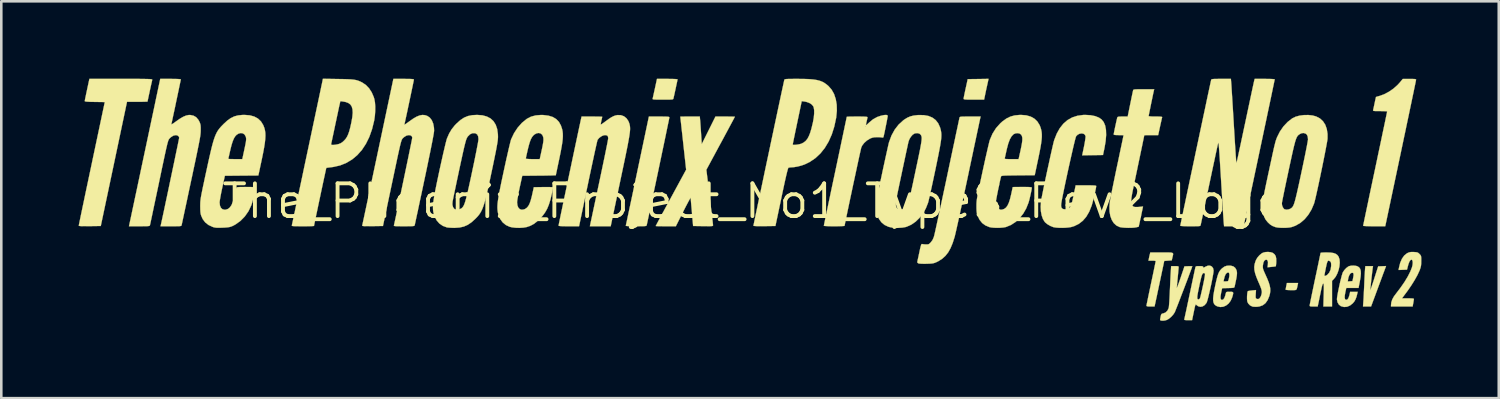
<source format=kicad_pcb>
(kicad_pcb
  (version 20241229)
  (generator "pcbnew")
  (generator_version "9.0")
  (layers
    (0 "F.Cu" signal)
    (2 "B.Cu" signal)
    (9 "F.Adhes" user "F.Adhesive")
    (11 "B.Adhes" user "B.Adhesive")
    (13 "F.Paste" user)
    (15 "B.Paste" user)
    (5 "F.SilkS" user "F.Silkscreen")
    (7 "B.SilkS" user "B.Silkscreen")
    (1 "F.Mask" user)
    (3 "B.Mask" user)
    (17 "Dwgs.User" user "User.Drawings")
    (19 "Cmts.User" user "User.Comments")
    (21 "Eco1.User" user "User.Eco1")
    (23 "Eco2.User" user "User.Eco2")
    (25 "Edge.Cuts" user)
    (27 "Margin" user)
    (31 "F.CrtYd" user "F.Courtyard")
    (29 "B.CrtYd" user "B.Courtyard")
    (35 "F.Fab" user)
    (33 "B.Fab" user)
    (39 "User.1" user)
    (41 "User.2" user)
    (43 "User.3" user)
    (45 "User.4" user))
  (footprint "The_Phoenix_Project_No1_TypeS_Rev2_Logo"
    (layer "F.Cu")
    (at 26.187 4.75)
    (property "Reference" "The_Phoenix_Project_No1_TypeS_Rev2_Logo" (at 0 0 0) (layer "F.SilkS") (effects (font (size 1.27 1.27) (thickness 0.15))))
    (attr through_hole)
    (fp_poly (pts (xy 21.08 3.265) (xy 21.062 3.349) (xy 21.048 3.403) (xy 21.028 3.433) (xy 20.992 3.447) (xy 20.934 3.451) (xy 20.843 3.45) (xy 20.828 3.45) (xy 20.739 3.449) (xy 20.668 3.444) (xy 20.625 3.438) (xy 20.616 3.433) (xy 20.62 3.404) (xy 20.63 3.347) (xy 20.64 3.295) (xy 20.665 3.175) (xy 21.099 3.175) (xy 21.08 3.265)) (stroke (width 0.01) (type solid)) (fill yes) (layer "F.SilkS"))
    (fp_poly (pts (xy 9.058 -4.567) (xy 9.036 -4.467) (xy 9.009 -4.346) (xy 8.983 -4.222) (xy 8.971 -4.165) (xy 8.924 -3.937) (xy 8.526 -3.937) (xy 8.387 -3.937) (xy 8.284 -3.938) (xy 8.213 -3.941) (xy 8.167 -3.946) (xy 8.142 -3.953) (xy 8.131 -3.963) (xy 8.129 -3.974) (xy 8.133 -4.006) (xy 8.146 -4.072) (xy 8.165 -4.164) (xy 8.188 -4.275) (xy 8.209 -4.371) (xy 8.288 -4.731) (xy 8.693 -4.736) (xy 9.097 -4.742) (xy 9.058 -4.567)) (stroke (width 0.01) (type solid)) (fill yes) (layer "F.SilkS"))
    (fp_poly (pts (xy -3.237 -4.74) (xy -3.129 -4.738) (xy -3.042 -4.734) (xy -2.985 -4.729) (xy -2.963 -4.723) (xy -2.963 -4.723) (xy -2.968 -4.699) (xy -2.979 -4.641) (xy -2.997 -4.558) (xy -3.018 -4.459) (xy -3.041 -4.35) (xy -3.065 -4.241) (xy -3.087 -4.138) (xy -3.107 -4.052) (xy -3.121 -3.989) (xy -3.122 -3.985) (xy -3.127 -3.968) (xy -3.137 -3.956) (xy -3.157 -3.947) (xy -3.194 -3.942) (xy -3.253 -3.939) (xy -3.34 -3.937) (xy -3.46 -3.937) (xy -3.537 -3.937) (xy -3.677 -3.937) (xy -3.78 -3.938) (xy -3.851 -3.941) (xy -3.897 -3.945) (xy -3.921 -3.952) (xy -3.93 -3.961) (xy -3.93 -3.974) (xy -3.922 -4.006) (xy -3.907 -4.072) (xy -3.887 -4.164) (xy -3.862 -4.276) (xy -3.84 -4.376) (xy -3.761 -4.741) (xy -3.362 -4.741) (xy -3.237 -4.74)) (stroke (width 0.01) (type solid)) (fill yes) (layer "F.SilkS"))
    (fp_poly (pts (xy 24.453 2.673) (xy 24.431 2.732) (xy 24.396 2.824) (xy 24.352 2.944) (xy 24.3 3.084) (xy 24.243 3.237) (xy 24.183 3.399) (xy 24.162 3.457) (xy 23.929 4.085) (xy 23.773 4.085) (xy 23.617 4.085) (xy 23.629 3.921) (xy 23.634 3.853) (xy 23.64 3.751) (xy 23.646 3.623) (xy 23.653 3.478) (xy 23.661 3.323) (xy 23.665 3.228) (xy 23.671 3.077) (xy 23.678 2.936) (xy 23.685 2.81) (xy 23.691 2.709) (xy 23.696 2.637) (xy 23.698 2.609) (xy 23.709 2.519) (xy 24.005 2.519) (xy 23.994 2.588) (xy 23.987 2.632) (xy 23.978 2.707) (xy 23.967 2.806) (xy 23.954 2.918) (xy 23.94 3.038) (xy 23.927 3.156) (xy 23.916 3.265) (xy 23.907 3.356) (xy 23.9 3.422) (xy 23.898 3.455) (xy 23.898 3.456) (xy 23.904 3.444) (xy 23.922 3.397) (xy 23.948 3.32) (xy 23.983 3.218) (xy 24.023 3.097) (xy 24.052 3.006) (xy 24.205 2.529) (xy 24.358 2.523) (xy 24.511 2.517) (xy 24.453 2.673)) (stroke (width 0.01) (type solid)) (fill yes) (layer "F.SilkS"))
    (fp_poly (pts (xy 16.078 1.99) (xy 16.159 1.993) (xy 16.212 2.002) (xy 16.242 2.017) (xy 16.254 2.043) (xy 16.251 2.079) (xy 16.239 2.13) (xy 16.227 2.18) (xy 16.2 2.297) (xy 16.054 2.307) (xy 15.909 2.318) (xy 15.755 3.048) (xy 15.717 3.226) (xy 15.681 3.397) (xy 15.647 3.555) (xy 15.618 3.695) (xy 15.593 3.809) (xy 15.575 3.893) (xy 15.567 3.932) (xy 15.533 4.085) (xy 15.376 4.085) (xy 15.287 4.083) (xy 15.236 4.074) (xy 15.219 4.06) (xy 15.219 4.059) (xy 15.223 4.033) (xy 15.235 3.97) (xy 15.255 3.875) (xy 15.28 3.752) (xy 15.31 3.606) (xy 15.345 3.441) (xy 15.383 3.261) (xy 15.399 3.186) (xy 15.438 3.002) (xy 15.474 2.832) (xy 15.506 2.678) (xy 15.533 2.547) (xy 15.555 2.442) (xy 15.57 2.367) (xy 15.578 2.328) (xy 15.579 2.323) (xy 15.559 2.315) (xy 15.509 2.309) (xy 15.439 2.307) (xy 15.299 2.307) (xy 15.313 2.228) (xy 15.329 2.149) (xy 15.348 2.071) (xy 15.348 2.069) (xy 15.369 1.99) (xy 15.812 1.99) (xy 15.964 1.989) (xy 16.078 1.99)) (stroke (width 0.01) (type solid)) (fill yes) (layer "F.SilkS"))
    (fp_poly (pts (xy -3.538 -3.28) (xy -3.435 -3.279) (xy -3.363 -3.276) (xy -3.317 -3.271) (xy -3.292 -3.264) (xy -3.282 -3.254) (xy -3.281 -3.247) (xy -3.285 -3.223) (xy -3.297 -3.161) (xy -3.317 -3.064) (xy -3.344 -2.936) (xy -3.376 -2.781) (xy -3.413 -2.601) (xy -3.455 -2.399) (xy -3.501 -2.181) (xy -3.55 -1.948) (xy -3.601 -1.704) (xy -3.654 -1.453) (xy -3.707 -1.198) (xy -3.761 -0.943) (xy -3.814 -0.69) (xy -3.867 -0.443) (xy -3.917 -0.206) (xy -3.964 0.017) (xy -4.008 0.225) (xy -4.048 0.413) (xy -4.083 0.577) (xy -4.113 0.715) (xy -4.136 0.822) (xy -4.152 0.897) (xy -4.161 0.934) (xy -4.162 0.937) (xy -4.169 0.95) (xy -4.185 0.959) (xy -4.217 0.966) (xy -4.269 0.97) (xy -4.348 0.972) (xy -4.459 0.973) (xy -4.576 0.974) (xy -4.721 0.973) (xy -4.829 0.971) (xy -4.903 0.967) (xy -4.948 0.962) (xy -4.968 0.954) (xy -4.97 0.947) (xy -4.964 0.923) (xy -4.951 0.861) (xy -4.929 0.762) (xy -4.901 0.631) (xy -4.867 0.469) (xy -4.827 0.28) (xy -4.781 0.066) (xy -4.731 -0.169) (xy -4.677 -0.424) (xy -4.62 -0.695) (xy -4.56 -0.979) (xy -4.518 -1.18) (xy -4.075 -3.28) (xy -3.678 -3.281) (xy -3.538 -3.28)) (stroke (width 0.01) (type solid)) (fill yes) (layer "F.SilkS"))
    (fp_poly (pts (xy 25.585 1.973) (xy 25.668 1.978) (xy 25.722 1.988) (xy 25.762 2.008) (xy 25.8 2.042) (xy 25.807 2.049) (xy 25.839 2.082) (xy 25.859 2.112) (xy 25.87 2.148) (xy 25.875 2.202) (xy 25.875 2.285) (xy 25.875 2.324) (xy 25.873 2.428) (xy 25.865 2.507) (xy 25.849 2.578) (xy 25.822 2.657) (xy 25.805 2.699) (xy 25.728 2.865) (xy 25.624 3.052) (xy 25.5 3.252) (xy 25.359 3.458) (xy 25.306 3.53) (xy 25.129 3.768) (xy 25.36 3.768) (xy 25.475 3.77) (xy 25.55 3.775) (xy 25.586 3.785) (xy 25.59 3.792) (xy 25.587 3.824) (xy 25.577 3.884) (xy 25.566 3.95) (xy 25.541 4.085) (xy 24.701 4.085) (xy 24.702 4.038) (xy 24.714 3.925) (xy 24.75 3.814) (xy 24.814 3.697) (xy 24.911 3.567) (xy 25.081 3.343) (xy 25.231 3.125) (xy 25.356 2.917) (xy 25.453 2.725) (xy 25.515 2.568) (xy 25.537 2.478) (xy 25.545 2.394) (xy 25.539 2.325) (xy 25.52 2.28) (xy 25.502 2.269) (xy 25.461 2.282) (xy 25.421 2.336) (xy 25.383 2.429) (xy 25.359 2.513) (xy 25.323 2.656) (xy 24.996 2.669) (xy 25.01 2.589) (xy 25.058 2.394) (xy 25.126 2.235) (xy 25.212 2.112) (xy 25.317 2.026) (xy 25.337 2.015) (xy 25.398 1.988) (xy 25.458 1.974) (xy 25.535 1.971) (xy 25.585 1.973)) (stroke (width 0.01) (type solid)) (fill yes) (layer "F.SilkS"))
    (fp_poly (pts (xy -24.547 -4.741) (xy -24.288 -4.741) (xy -24.069 -4.741) (xy -23.886 -4.741) (xy -23.735 -4.74) (xy -23.614 -4.738) (xy -23.52 -4.736) (xy -23.449 -4.734) (xy -23.398 -4.731) (xy -23.364 -4.726) (xy -23.344 -4.721) (xy -23.335 -4.715) (xy -23.333 -4.708) (xy -23.334 -4.704) (xy -23.341 -4.673) (xy -23.355 -4.61) (xy -23.375 -4.523) (xy -23.398 -4.418) (xy -23.423 -4.305) (xy -23.447 -4.19) (xy -23.471 -4.082) (xy -23.491 -3.987) (xy -23.506 -3.915) (xy -23.515 -3.871) (xy -23.516 -3.863) (xy -23.536 -3.859) (xy -23.592 -3.857) (xy -23.677 -3.854) (xy -23.785 -3.853) (xy -23.909 -3.852) (xy -24.312 -3.852) (xy -24.82 -1.445) (xy -25.329 0.963) (xy -25.756 0.969) (xy -25.907 0.97) (xy -26.02 0.97) (xy -26.099 0.968) (xy -26.15 0.963) (xy -26.176 0.956) (xy -26.182 0.948) (xy -26.178 0.924) (xy -26.165 0.861) (xy -26.145 0.762) (xy -26.118 0.63) (xy -26.084 0.467) (xy -26.044 0.275) (xy -25.998 0.058) (xy -25.948 -0.182) (xy -25.893 -0.443) (xy -25.834 -0.721) (xy -25.772 -1.015) (xy -25.707 -1.321) (xy -25.678 -1.46) (xy -25.174 -3.842) (xy -25.562 -3.848) (xy -25.709 -3.85) (xy -25.817 -3.855) (xy -25.89 -3.86) (xy -25.934 -3.868) (xy -25.95 -3.877) (xy -25.951 -3.879) (xy -25.946 -3.907) (xy -25.935 -3.97) (xy -25.916 -4.06) (xy -25.893 -4.172) (xy -25.866 -4.298) (xy -25.861 -4.323) (xy -25.771 -4.741) (xy -24.547 -4.741)) (stroke (width 0.01) (type solid)) (fill yes) (layer "F.SilkS"))
    (fp_poly (pts (xy 23.347 2.509) (xy 23.411 2.53) (xy 23.469 2.571) (xy 23.508 2.628) (xy 23.529 2.705) (xy 23.534 2.808) (xy 23.522 2.941) (xy 23.494 3.108) (xy 23.491 3.126) (xy 23.444 3.365) (xy 22.969 3.365) (xy 22.934 3.522) (xy 22.911 3.65) (xy 22.906 3.742) (xy 22.92 3.8) (xy 22.954 3.826) (xy 22.959 3.827) (xy 23.008 3.815) (xy 23.049 3.762) (xy 23.083 3.668) (xy 23.094 3.625) (xy 23.118 3.514) (xy 23.411 3.514) (xy 23.398 3.572) (xy 23.365 3.706) (xy 23.326 3.809) (xy 23.279 3.892) (xy 23.221 3.961) (xy 23.114 4.046) (xy 22.999 4.095) (xy 22.882 4.105) (xy 22.767 4.075) (xy 22.754 4.069) (xy 22.679 4.009) (xy 22.628 3.921) (xy 22.606 3.814) (xy 22.606 3.796) (xy 22.611 3.739) (xy 22.625 3.651) (xy 22.645 3.539) (xy 22.671 3.412) (xy 22.7 3.276) (xy 22.73 3.141) (xy 22.737 3.114) (xy 23.025 3.114) (xy 23.116 3.108) (xy 23.208 3.101) (xy 23.234 2.974) (xy 23.25 2.878) (xy 23.249 2.816) (xy 23.23 2.784) (xy 23.192 2.776) (xy 23.183 2.777) (xy 23.132 2.803) (xy 23.087 2.866) (xy 23.053 2.958) (xy 23.04 3.023) (xy 23.025 3.114) (xy 22.737 3.114) (xy 22.761 3.014) (xy 22.789 2.904) (xy 22.814 2.818) (xy 22.833 2.764) (xy 22.835 2.759) (xy 22.893 2.673) (xy 22.967 2.594) (xy 23.044 2.536) (xy 23.078 2.52) (xy 23.159 2.502) (xy 23.255 2.499) (xy 23.347 2.509)) (stroke (width 0.01) (type solid)) (fill yes) (layer "F.SilkS"))
    (fp_poly (pts (xy 16.4 2.52) (xy 16.444 2.526) (xy 16.464 2.539) (xy 16.468 2.556) (xy 16.466 2.588) (xy 16.46 2.654) (xy 16.452 2.745) (xy 16.442 2.855) (xy 16.431 2.974) (xy 16.419 3.095) (xy 16.408 3.21) (xy 16.398 3.31) (xy 16.394 3.344) (xy 16.397 3.358) (xy 16.411 3.333) (xy 16.437 3.27) (xy 16.474 3.172) (xy 16.52 3.04) (xy 16.539 2.985) (xy 16.693 2.529) (xy 16.845 2.523) (xy 16.919 2.521) (xy 16.973 2.522) (xy 16.997 2.526) (xy 16.997 2.527) (xy 16.989 2.55) (xy 16.969 2.609) (xy 16.936 2.697) (xy 16.894 2.809) (xy 16.845 2.942) (xy 16.789 3.09) (xy 16.729 3.247) (xy 16.667 3.41) (xy 16.604 3.573) (xy 16.543 3.732) (xy 16.486 3.881) (xy 16.434 4.016) (xy 16.388 4.131) (xy 16.352 4.222) (xy 16.327 4.285) (xy 16.316 4.311) (xy 16.257 4.4) (xy 16.177 4.488) (xy 16.088 4.562) (xy 16.012 4.605) (xy 15.946 4.625) (xy 15.875 4.635) (xy 15.81 4.634) (xy 15.764 4.624) (xy 15.748 4.605) (xy 15.752 4.567) (xy 15.763 4.506) (xy 15.77 4.47) (xy 15.786 4.407) (xy 15.805 4.375) (xy 15.838 4.359) (xy 15.874 4.352) (xy 15.959 4.318) (xy 16.029 4.251) (xy 16.077 4.157) (xy 16.084 4.132) (xy 16.09 4.09) (xy 16.097 4.013) (xy 16.105 3.906) (xy 16.113 3.776) (xy 16.12 3.629) (xy 16.127 3.472) (xy 16.127 3.471) (xy 16.135 3.307) (xy 16.142 3.146) (xy 16.149 2.997) (xy 16.155 2.867) (xy 16.161 2.765) (xy 16.165 2.704) (xy 16.177 2.519) (xy 16.323 2.519) (xy 16.4 2.52)) (stroke (width 0.01) (type solid)) (fill yes) (layer "F.SilkS"))
    (fp_poly (pts (xy 25.532 -4.739) (xy 25.61 -4.736) (xy 25.656 -4.729) (xy 25.675 -4.718) (xy 25.676 -4.715) (xy 25.671 -4.691) (xy 25.659 -4.629) (xy 25.639 -4.53) (xy 25.611 -4.396) (xy 25.577 -4.231) (xy 25.536 -4.037) (xy 25.49 -3.815) (xy 25.438 -3.569) (xy 25.382 -3.3) (xy 25.321 -3.012) (xy 25.257 -2.706) (xy 25.189 -2.386) (xy 25.119 -2.053) (xy 25.078 -1.858) (xy 24.479 0.973) (xy 24.051 0.973) (xy 23.921 0.973) (xy 23.807 0.97) (xy 23.716 0.967) (xy 23.652 0.962) (xy 23.623 0.957) (xy 23.622 0.956) (xy 23.626 0.933) (xy 23.639 0.872) (xy 23.659 0.774) (xy 23.686 0.644) (xy 23.72 0.482) (xy 23.76 0.293) (xy 23.805 0.079) (xy 23.854 -0.157) (xy 23.908 -0.413) (xy 23.966 -0.686) (xy 24.027 -0.974) (xy 24.088 -1.261) (xy 24.151 -1.56) (xy 24.211 -1.847) (xy 24.269 -2.119) (xy 24.323 -2.374) (xy 24.372 -2.61) (xy 24.417 -2.823) (xy 24.457 -3.011) (xy 24.49 -3.171) (xy 24.517 -3.3) (xy 24.537 -3.396) (xy 24.549 -3.456) (xy 24.553 -3.477) (xy 24.533 -3.483) (xy 24.479 -3.487) (xy 24.398 -3.491) (xy 24.298 -3.492) (xy 24.276 -3.493) (xy 24.163 -3.493) (xy 24.086 -3.494) (xy 24.039 -3.498) (xy 24.015 -3.505) (xy 24.007 -3.517) (xy 24.009 -3.534) (xy 24.01 -3.539) (xy 24.019 -3.578) (xy 24.035 -3.648) (xy 24.054 -3.738) (xy 24.069 -3.809) (xy 24.088 -3.9) (xy 24.105 -3.975) (xy 24.116 -4.024) (xy 24.121 -4.039) (xy 24.142 -4.047) (xy 24.193 -4.063) (xy 24.25 -4.078) (xy 24.433 -4.143) (xy 24.62 -4.242) (xy 24.8 -4.366) (xy 24.961 -4.51) (xy 25.049 -4.607) (xy 25.157 -4.738) (xy 25.416 -4.74) (xy 25.532 -4.739)) (stroke (width 0.01) (type solid)) (fill yes) (layer "F.SilkS"))
    (fp_poly (pts (xy 18.491 2.503) (xy 18.59 2.53) (xy 18.661 2.587) (xy 18.704 2.661) (xy 18.719 2.706) (xy 18.728 2.755) (xy 18.729 2.814) (xy 18.722 2.889) (xy 18.707 2.986) (xy 18.682 3.11) (xy 18.648 3.268) (xy 18.637 3.317) (xy 18.63 3.338) (xy 18.615 3.351) (xy 18.584 3.36) (xy 18.53 3.365) (xy 18.444 3.369) (xy 18.39 3.37) (xy 18.154 3.376) (xy 18.115 3.556) (xy 18.094 3.678) (xy 18.092 3.764) (xy 18.11 3.815) (xy 18.148 3.831) (xy 18.195 3.814) (xy 18.235 3.763) (xy 18.271 3.673) (xy 18.297 3.572) (xy 18.306 3.541) (xy 18.324 3.523) (xy 18.36 3.516) (xy 18.425 3.514) (xy 18.447 3.514) (xy 18.517 3.515) (xy 18.561 3.524) (xy 18.581 3.546) (xy 18.581 3.591) (xy 18.563 3.663) (xy 18.541 3.736) (xy 18.483 3.865) (xy 18.403 3.971) (xy 18.306 4.048) (xy 18.196 4.095) (xy 18.082 4.106) (xy 17.967 4.08) (xy 17.96 4.077) (xy 17.899 4.043) (xy 17.853 4) (xy 17.823 3.943) (xy 17.807 3.868) (xy 17.805 3.77) (xy 17.817 3.646) (xy 17.843 3.49) (xy 17.881 3.298) (xy 17.885 3.28) (xy 17.922 3.111) (xy 18.208 3.111) (xy 18.298 3.111) (xy 18.354 3.109) (xy 18.384 3.096) (xy 18.401 3.059) (xy 18.412 3.017) (xy 18.433 2.91) (xy 18.435 2.83) (xy 18.418 2.78) (xy 18.385 2.764) (xy 18.336 2.784) (xy 18.336 2.784) (xy 18.292 2.832) (xy 18.256 2.912) (xy 18.227 3.022) (xy 18.208 3.111) (xy 17.922 3.111) (xy 17.923 3.111) (xy 17.955 2.977) (xy 17.985 2.872) (xy 18.015 2.791) (xy 18.048 2.727) (xy 18.085 2.674) (xy 18.13 2.625) (xy 18.15 2.607) (xy 18.241 2.539) (xy 18.338 2.505) (xy 18.454 2.5) (xy 18.491 2.503)) (stroke (width 0.01) (type solid)) (fill yes) (layer "F.SilkS"))
    (fp_poly (pts (xy 22.362 1.995) (xy 22.478 2.013) (xy 22.565 2.046) (xy 22.629 2.095) (xy 22.673 2.159) (xy 22.706 2.26) (xy 22.715 2.386) (xy 22.703 2.525) (xy 22.671 2.668) (xy 22.622 2.805) (xy 22.559 2.927) (xy 22.487 3.018) (xy 22.416 3.089) (xy 22.416 4.085) (xy 22.08 4.085) (xy 22.092 3.641) (xy 22.096 3.49) (xy 22.098 3.377) (xy 22.097 3.296) (xy 22.094 3.243) (xy 22.089 3.212) (xy 22.081 3.198) (xy 22.074 3.196) (xy 22.057 3.211) (xy 22.037 3.26) (xy 22.015 3.344) (xy 21.995 3.434) (xy 21.97 3.558) (xy 21.941 3.694) (xy 21.915 3.822) (xy 21.903 3.879) (xy 21.859 4.085) (xy 21.704 4.085) (xy 21.623 4.084) (xy 21.575 4.079) (xy 21.553 4.067) (xy 21.548 4.048) (xy 21.548 4.048) (xy 21.552 4.021) (xy 21.564 3.956) (xy 21.584 3.858) (xy 21.61 3.731) (xy 21.641 3.58) (xy 21.677 3.408) (xy 21.716 3.221) (xy 21.758 3.021) (xy 21.759 3.016) (xy 21.787 2.884) (xy 22.119 2.884) (xy 22.134 2.9) (xy 22.172 2.892) (xy 22.222 2.864) (xy 22.233 2.855) (xy 22.309 2.77) (xy 22.36 2.655) (xy 22.381 2.52) (xy 22.382 2.501) (xy 22.38 2.423) (xy 22.372 2.375) (xy 22.353 2.346) (xy 22.343 2.337) (xy 22.304 2.313) (xy 22.275 2.306) (xy 22.251 2.322) (xy 22.23 2.364) (xy 22.208 2.439) (xy 22.184 2.549) (xy 22.176 2.588) (xy 22.155 2.692) (xy 22.138 2.781) (xy 22.125 2.847) (xy 22.119 2.881) (xy 22.119 2.884) (xy 21.787 2.884) (xy 21.802 2.817) (xy 21.841 2.631) (xy 21.877 2.461) (xy 21.908 2.312) (xy 21.934 2.188) (xy 21.954 2.093) (xy 21.966 2.031) (xy 21.971 2.006) (xy 21.971 2.006) (xy 21.991 1.999) (xy 22.044 1.994) (xy 22.124 1.991) (xy 22.21 1.99) (xy 22.362 1.995)) (stroke (width 0.01) (type solid)) (fill yes) (layer "F.SilkS"))
    (fp_poly (pts (xy -2.089 -3.149) (xy -2.083 -3.084) (xy -2.076 -2.987) (xy -2.068 -2.868) (xy -2.059 -2.735) (xy -2.051 -2.614) (xy -2.025 -2.212) (xy -1.759 -2.746) (xy -1.493 -3.281) (xy -1.117 -3.281) (xy -0.996 -3.28) (xy -0.891 -3.279) (xy -0.809 -3.277) (xy -0.757 -3.275) (xy -0.741 -3.273) (xy -0.751 -3.253) (xy -0.779 -3.199) (xy -0.823 -3.116) (xy -0.883 -3.005) (xy -0.955 -2.87) (xy -1.038 -2.715) (xy -1.13 -2.544) (xy -1.23 -2.358) (xy -1.294 -2.241) (xy -1.846 -1.217) (xy -1.717 -0.159) (xy -1.691 0.049) (xy -1.668 0.245) (xy -1.646 0.425) (xy -1.627 0.584) (xy -1.611 0.719) (xy -1.599 0.825) (xy -1.591 0.898) (xy -1.587 0.935) (xy -1.587 0.937) (xy -1.59 0.95) (xy -1.602 0.96) (xy -1.629 0.966) (xy -1.677 0.97) (xy -1.751 0.971) (xy -1.857 0.97) (xy -1.974 0.969) (xy -2.36 0.963) (xy -2.406 0.434) (xy -2.419 0.287) (xy -2.431 0.153) (xy -2.441 0.038) (xy -2.448 -0.053) (xy -2.453 -0.112) (xy -2.454 -0.132) (xy -2.464 -0.123) (xy -2.489 -0.08) (xy -2.529 -0.008) (xy -2.581 0.089) (xy -2.643 0.207) (xy -2.712 0.342) (xy -2.743 0.403) (xy -3.03 0.974) (xy -3.42 0.974) (xy -3.543 0.973) (xy -3.651 0.972) (xy -3.735 0.97) (xy -3.79 0.967) (xy -3.81 0.964) (xy -3.8 0.944) (xy -3.772 0.89) (xy -3.727 0.805) (xy -3.667 0.694) (xy -3.594 0.558) (xy -3.51 0.402) (xy -3.416 0.228) (xy -3.314 0.04) (xy -3.22 -0.133) (xy -2.63 -1.22) (xy -2.743 -2.245) (xy -2.765 -2.449) (xy -2.786 -2.639) (xy -2.806 -2.812) (xy -2.822 -2.963) (xy -2.836 -3.09) (xy -2.847 -3.186) (xy -2.854 -3.25) (xy -2.857 -3.275) (xy -2.857 -3.276) (xy -2.837 -3.277) (xy -2.782 -3.279) (xy -2.697 -3.28) (xy -2.59 -3.281) (xy -2.479 -3.281) (xy -2.101 -3.281) (xy -2.089 -3.149)) (stroke (width 0.01) (type solid)) (fill yes) (layer "F.SilkS"))
    (fp_poly (pts (xy 20.032 1.979) (xy 20.113 2.004) (xy 20.123 2.01) (xy 20.189 2.063) (xy 20.231 2.131) (xy 20.251 2.223) (xy 20.253 2.345) (xy 20.253 2.351) (xy 20.248 2.43) (xy 20.242 2.491) (xy 20.236 2.523) (xy 20.235 2.525) (xy 20.211 2.531) (xy 20.155 2.54) (xy 20.08 2.548) (xy 20.07 2.549) (xy 19.914 2.564) (xy 19.928 2.451) (xy 19.931 2.36) (xy 19.913 2.298) (xy 19.878 2.27) (xy 19.842 2.273) (xy 19.789 2.31) (xy 19.753 2.385) (xy 19.734 2.496) (xy 19.732 2.553) (xy 19.736 2.603) (xy 19.751 2.658) (xy 19.779 2.728) (xy 19.823 2.826) (xy 19.823 2.826) (xy 19.902 3.002) (xy 19.96 3.148) (xy 19.998 3.272) (xy 20.019 3.38) (xy 20.022 3.48) (xy 20.01 3.578) (xy 19.984 3.68) (xy 19.983 3.683) (xy 19.919 3.837) (xy 19.836 3.955) (xy 19.731 4.037) (xy 19.603 4.083) (xy 19.524 4.095) (xy 19.442 4.097) (xy 19.366 4.093) (xy 19.329 4.087) (xy 19.236 4.042) (xy 19.164 3.966) (xy 19.132 3.899) (xy 19.123 3.846) (xy 19.119 3.772) (xy 19.12 3.687) (xy 19.126 3.605) (xy 19.135 3.537) (xy 19.147 3.495) (xy 19.151 3.491) (xy 19.178 3.482) (xy 19.236 3.472) (xy 19.312 3.463) (xy 19.317 3.462) (xy 19.467 3.448) (xy 19.457 3.606) (xy 19.453 3.687) (xy 19.455 3.737) (xy 19.464 3.765) (xy 19.484 3.783) (xy 19.493 3.788) (xy 19.55 3.799) (xy 19.603 3.77) (xy 19.648 3.704) (xy 19.673 3.639) (xy 19.687 3.582) (xy 19.694 3.53) (xy 19.689 3.475) (xy 19.673 3.409) (xy 19.643 3.325) (xy 19.598 3.216) (xy 19.556 3.121) (xy 19.483 2.945) (xy 19.433 2.796) (xy 19.405 2.667) (xy 19.399 2.551) (xy 19.414 2.44) (xy 19.449 2.328) (xy 19.471 2.275) (xy 19.525 2.185) (xy 19.601 2.098) (xy 19.685 2.028) (xy 19.74 1.998) (xy 19.829 1.975) (xy 19.932 1.969) (xy 20.032 1.979)) (stroke (width 0.01) (type solid)) (fill yes) (layer "F.SilkS"))
    (fp_poly (pts (xy 8.777 -3.233) (xy 8.771 -3.206) (xy 8.757 -3.141) (xy 8.735 -3.039) (xy 8.707 -2.905) (xy 8.672 -2.741) (xy 8.631 -2.548) (xy 8.585 -2.332) (xy 8.534 -2.093) (xy 8.48 -1.836) (xy 8.422 -1.562) (xy 8.361 -1.275) (xy 8.309 -1.027) (xy 8.245 -0.725) (xy 8.182 -0.431) (xy 8.121 -0.147) (xy 8.063 0.122) (xy 8.008 0.374) (xy 7.958 0.607) (xy 7.912 0.815) (xy 7.871 0.998) (xy 7.837 1.15) (xy 7.809 1.27) (xy 7.789 1.354) (xy 7.78 1.389) (xy 7.705 1.624) (xy 7.623 1.821) (xy 7.531 1.986) (xy 7.424 2.121) (xy 7.3 2.233) (xy 7.155 2.326) (xy 7.076 2.365) (xy 7.018 2.39) (xy 6.964 2.406) (xy 6.903 2.417) (xy 6.823 2.423) (xy 6.714 2.427) (xy 6.689 2.428) (xy 6.583 2.429) (xy 6.488 2.426) (xy 6.415 2.421) (xy 6.375 2.413) (xy 6.374 2.413) (xy 6.337 2.385) (xy 6.335 2.344) (xy 6.343 2.307) (xy 6.358 2.238) (xy 6.379 2.144) (xy 6.402 2.034) (xy 6.415 1.973) (xy 6.441 1.85) (xy 6.462 1.763) (xy 6.479 1.706) (xy 6.493 1.674) (xy 6.507 1.661) (xy 6.52 1.662) (xy 6.562 1.67) (xy 6.628 1.676) (xy 6.667 1.678) (xy 6.732 1.678) (xy 6.776 1.668) (xy 6.816 1.638) (xy 6.858 1.595) (xy 6.923 1.508) (xy 6.971 1.399) (xy 6.982 1.363) (xy 6.993 1.322) (xy 7.011 1.243) (xy 7.037 1.129) (xy 7.069 0.982) (xy 7.108 0.805) (xy 7.152 0.601) (xy 7.201 0.374) (xy 7.255 0.126) (xy 7.312 -0.141) (xy 7.372 -0.422) (xy 7.435 -0.715) (xy 7.492 -0.984) (xy 7.555 -1.284) (xy 7.616 -1.572) (xy 7.674 -1.846) (xy 7.729 -2.104) (xy 7.78 -2.342) (xy 7.825 -2.558) (xy 7.866 -2.749) (xy 7.901 -2.912) (xy 7.929 -3.045) (xy 7.95 -3.145) (xy 7.964 -3.209) (xy 7.969 -3.233) (xy 7.974 -3.25) (xy 7.984 -3.262) (xy 8.005 -3.27) (xy 8.041 -3.276) (xy 8.1 -3.279) (xy 8.187 -3.28) (xy 8.307 -3.281) (xy 8.385 -3.281) (xy 8.789 -3.281) (xy 8.777 -3.233)) (stroke (width 0.01) (type solid)) (fill yes) (layer "F.SilkS"))
    (fp_poly (pts (xy 17.754 2.534) (xy 17.802 2.596) (xy 17.822 2.685) (xy 17.822 2.694) (xy 17.818 2.751) (xy 17.804 2.84) (xy 17.784 2.953) (xy 17.759 3.085) (xy 17.73 3.227) (xy 17.698 3.373) (xy 17.665 3.517) (xy 17.633 3.651) (xy 17.604 3.769) (xy 17.578 3.863) (xy 17.557 3.926) (xy 17.547 3.947) (xy 17.477 4.031) (xy 17.396 4.082) (xy 17.309 4.098) (xy 17.226 4.076) (xy 17.173 4.039) (xy 17.153 4.02) (xy 17.138 4.01) (xy 17.125 4.014) (xy 17.114 4.036) (xy 17.1 4.083) (xy 17.083 4.159) (xy 17.061 4.268) (xy 17.047 4.334) (xy 16.989 4.614) (xy 16.833 4.614) (xy 16.753 4.613) (xy 16.707 4.609) (xy 16.688 4.599) (xy 16.686 4.581) (xy 16.687 4.577) (xy 16.694 4.55) (xy 16.708 4.485) (xy 16.729 4.387) (xy 16.757 4.261) (xy 16.789 4.11) (xy 16.825 3.939) (xy 16.865 3.753) (xy 16.868 3.736) (xy 17.189 3.736) (xy 17.192 3.776) (xy 17.204 3.799) (xy 17.224 3.809) (xy 17.242 3.81) (xy 17.274 3.793) (xy 17.292 3.769) (xy 17.303 3.737) (xy 17.321 3.67) (xy 17.343 3.575) (xy 17.37 3.459) (xy 17.399 3.328) (xy 17.41 3.278) (xy 17.441 3.127) (xy 17.464 3.011) (xy 17.479 2.926) (xy 17.487 2.868) (xy 17.488 2.83) (xy 17.482 2.807) (xy 17.477 2.799) (xy 17.45 2.783) (xy 17.42 2.796) (xy 17.404 2.809) (xy 17.387 2.831) (xy 17.37 2.87) (xy 17.35 2.93) (xy 17.328 3.018) (xy 17.3 3.137) (xy 17.266 3.293) (xy 17.265 3.302) (xy 17.232 3.46) (xy 17.208 3.582) (xy 17.194 3.673) (xy 17.189 3.736) (xy 16.868 3.736) (xy 16.902 3.577) (xy 16.944 3.38) (xy 16.983 3.194) (xy 17.019 3.024) (xy 17.051 2.875) (xy 17.077 2.75) (xy 17.098 2.654) (xy 17.112 2.591) (xy 17.117 2.566) (xy 17.127 2.541) (xy 17.147 2.527) (xy 17.189 2.52) (xy 17.261 2.519) (xy 17.274 2.519) (xy 17.354 2.521) (xy 17.399 2.528) (xy 17.418 2.541) (xy 17.42 2.551) (xy 17.423 2.575) (xy 17.438 2.579) (xy 17.474 2.561) (xy 17.51 2.54) (xy 17.601 2.503) (xy 17.685 2.502) (xy 17.754 2.534)) (stroke (width 0.01) (type solid)) (fill yes) (layer "F.SilkS"))
    (fp_poly (pts (xy -5.16 -3.334) (xy -5.043 -3.292) (xy -4.945 -3.215) (xy -4.871 -3.108) (xy -4.837 -3.023) (xy -4.825 -2.981) (xy -4.816 -2.94) (xy -4.809 -2.897) (xy -4.805 -2.849) (xy -4.804 -2.795) (xy -4.808 -2.73) (xy -4.816 -2.652) (xy -4.829 -2.559) (xy -4.847 -2.448) (xy -4.871 -2.315) (xy -4.9 -2.158) (xy -4.937 -1.975) (xy -4.98 -1.762) (xy -5.031 -1.518) (xy -5.09 -1.238) (xy -5.157 -0.92) (xy -5.18 -0.81) (xy -5.556 0.974) (xy -5.96 0.974) (xy -6.363 0.974) (xy -6.008 -0.693) (xy -5.953 -0.954) (xy -5.9 -1.204) (xy -5.851 -1.44) (xy -5.805 -1.659) (xy -5.764 -1.858) (xy -5.729 -2.032) (xy -5.699 -2.18) (xy -5.676 -2.297) (xy -5.661 -2.381) (xy -5.653 -2.428) (xy -5.652 -2.435) (xy -5.662 -2.506) (xy -5.695 -2.546) (xy -5.76 -2.561) (xy -5.781 -2.561) (xy -5.854 -2.545) (xy -5.935 -2.503) (xy -6.009 -2.445) (xy -6.061 -2.381) (xy -6.067 -2.37) (xy -6.075 -2.341) (xy -6.091 -2.275) (xy -6.114 -2.173) (xy -6.144 -2.04) (xy -6.18 -1.878) (xy -6.22 -1.691) (xy -6.265 -1.482) (xy -6.314 -1.254) (xy -6.366 -1.011) (xy -6.42 -0.755) (xy -6.437 -0.672) (xy -6.783 0.974) (xy -7.181 0.974) (xy -7.325 0.973) (xy -7.432 0.971) (xy -7.506 0.967) (xy -7.551 0.962) (xy -7.574 0.953) (xy -7.578 0.946) (xy -7.573 0.923) (xy -7.561 0.862) (xy -7.541 0.766) (xy -7.515 0.639) (xy -7.483 0.484) (xy -7.445 0.305) (xy -7.403 0.104) (xy -7.358 -0.114) (xy -7.309 -0.346) (xy -7.258 -0.589) (xy -7.205 -0.839) (xy -7.151 -1.094) (xy -7.097 -1.349) (xy -7.044 -1.602) (xy -6.992 -1.848) (xy -6.942 -2.085) (xy -6.894 -2.309) (xy -6.85 -2.517) (xy -6.81 -2.705) (xy -6.775 -2.87) (xy -6.745 -3.008) (xy -6.722 -3.117) (xy -6.705 -3.192) (xy -6.697 -3.23) (xy -6.696 -3.232) (xy -6.684 -3.281) (xy -6.284 -3.281) (xy -6.159 -3.28) (xy -6.05 -3.279) (xy -5.964 -3.277) (xy -5.906 -3.275) (xy -5.884 -3.272) (xy -5.884 -3.272) (xy -5.889 -3.248) (xy -5.9 -3.194) (xy -5.917 -3.123) (xy -5.917 -3.121) (xy -5.932 -3.049) (xy -5.941 -2.995) (xy -5.941 -2.971) (xy -5.941 -2.971) (xy -5.922 -2.979) (xy -5.876 -3.008) (xy -5.811 -3.054) (xy -5.749 -3.1) (xy -5.627 -3.189) (xy -5.528 -3.253) (xy -5.444 -3.296) (xy -5.368 -3.323) (xy -5.291 -3.338) (xy -5.29 -3.338) (xy -5.16 -3.334)) (stroke (width 0.01) (type solid)) (fill yes) (layer "F.SilkS"))
    (fp_poly (pts (xy 5.174 -3.33) (xy 5.186 -3.304) (xy 5.182 -3.273) (xy 5.17 -3.209) (xy 5.154 -3.12) (xy 5.133 -3.012) (xy 5.109 -2.895) (xy 5.085 -2.776) (xy 5.062 -2.663) (xy 5.04 -2.564) (xy 5.026 -2.502) (xy 5.01 -2.467) (xy 4.976 -2.466) (xy 4.97 -2.467) (xy 4.927 -2.474) (xy 4.856 -2.479) (xy 4.772 -2.48) (xy 4.766 -2.48) (xy 4.664 -2.475) (xy 4.583 -2.459) (xy 4.506 -2.428) (xy 4.495 -2.423) (xy 4.377 -2.35) (xy 4.275 -2.258) (xy 4.197 -2.157) (xy 4.161 -2.08) (xy 4.153 -2.047) (xy 4.137 -1.978) (xy 4.114 -1.876) (xy 4.085 -1.746) (xy 4.051 -1.59) (xy 4.013 -1.415) (xy 3.972 -1.222) (xy 3.928 -1.017) (xy 3.882 -0.804) (xy 3.835 -0.586) (xy 3.789 -0.367) (xy 3.743 -0.152) (xy 3.699 0.055) (xy 3.658 0.25) (xy 3.62 0.43) (xy 3.587 0.59) (xy 3.559 0.726) (xy 3.537 0.835) (xy 3.522 0.911) (xy 3.514 0.952) (xy 3.514 0.957) (xy 3.494 0.962) (xy 3.438 0.967) (xy 3.352 0.97) (xy 3.244 0.973) (xy 3.12 0.974) (xy 3.111 0.974) (xy 2.975 0.973) (xy 2.862 0.97) (xy 2.777 0.965) (xy 2.724 0.96) (xy 2.709 0.954) (xy 2.714 0.931) (xy 2.726 0.869) (xy 2.746 0.772) (xy 2.773 0.641) (xy 2.807 0.48) (xy 2.847 0.292) (xy 2.891 0.079) (xy 2.941 -0.156) (xy 2.994 -0.41) (xy 3.051 -0.68) (xy 3.112 -0.964) (xy 3.154 -1.163) (xy 3.216 -1.454) (xy 3.275 -1.734) (xy 3.331 -1.998) (xy 3.383 -2.246) (xy 3.431 -2.473) (xy 3.474 -2.678) (xy 3.512 -2.857) (xy 3.519 -2.889) (xy 4.318 -2.889) (xy 4.329 -2.879) (xy 4.339 -2.889) (xy 4.329 -2.9) (xy 4.318 -2.889) (xy 3.519 -2.889) (xy 3.543 -3.007) (xy 3.569 -3.126) (xy 3.586 -3.211) (xy 3.596 -3.26) (xy 3.598 -3.271) (xy 3.618 -3.274) (xy 3.674 -3.277) (xy 3.76 -3.279) (xy 3.868 -3.28) (xy 3.992 -3.281) (xy 4 -3.281) (xy 4.148 -3.28) (xy 4.257 -3.278) (xy 4.333 -3.274) (xy 4.379 -3.268) (xy 4.4 -3.26) (xy 4.402 -3.254) (xy 4.397 -3.221) (xy 4.384 -3.16) (xy 4.37 -3.101) (xy 4.354 -3.03) (xy 4.343 -2.974) (xy 4.339 -2.949) (xy 4.353 -2.951) (xy 4.389 -2.978) (xy 4.441 -3.025) (xy 4.461 -3.044) (xy 4.614 -3.172) (xy 4.778 -3.263) (xy 4.922 -3.312) (xy 5.043 -3.338) (xy 5.127 -3.344) (xy 5.174 -3.33)) (stroke (width 0.01) (type solid)) (fill yes) (layer "F.SilkS"))
    (fp_poly (pts (xy 1.939 -4.739) (xy 2.134 -4.732) (xy 2.298 -4.718) (xy 2.437 -4.697) (xy 2.554 -4.667) (xy 2.656 -4.627) (xy 2.747 -4.575) (xy 2.834 -4.51) (xy 2.889 -4.463) (xy 3.011 -4.323) (xy 3.106 -4.154) (xy 3.171 -3.958) (xy 3.208 -3.74) (xy 3.214 -3.503) (xy 3.189 -3.249) (xy 3.186 -3.228) (xy 3.115 -2.894) (xy 3.018 -2.588) (xy 2.895 -2.311) (xy 2.747 -2.064) (xy 2.575 -1.849) (xy 2.381 -1.668) (xy 2.165 -1.521) (xy 1.968 -1.425) (xy 1.835 -1.379) (xy 1.693 -1.343) (xy 1.556 -1.319) (xy 1.46 -1.312) (xy 1.395 -1.308) (xy 1.345 -1.297) (xy 1.334 -1.292) (xy 1.322 -1.268) (xy 1.304 -1.207) (xy 1.278 -1.109) (xy 1.245 -0.971) (xy 1.205 -0.795) (xy 1.158 -0.579) (xy 1.103 -0.322) (xy 1.068 -0.154) (xy 0.832 0.963) (xy 0.406 0.969) (xy 0.239 0.97) (xy 0.113 0.969) (xy 0.029 0.964) (xy -0.014 0.958) (xy -0.021 0.952) (xy -0.017 0.929) (xy -0.004 0.868) (xy 0.016 0.771) (xy 0.043 0.641) (xy 0.076 0.482) (xy 0.115 0.296) (xy 0.159 0.085) (xy 0.208 -0.146) (xy 0.261 -0.395) (xy 0.317 -0.66) (xy 0.375 -0.936) (xy 0.435 -1.223) (xy 0.497 -1.515) (xy 0.56 -1.811) (xy 0.623 -2.108) (xy 0.641 -2.193) (xy 1.502 -2.193) (xy 1.521 -2.184) (xy 1.571 -2.182) (xy 1.639 -2.187) (xy 1.715 -2.198) (xy 1.786 -2.213) (xy 1.843 -2.231) (xy 1.844 -2.231) (xy 1.93 -2.276) (xy 2.004 -2.335) (xy 2.069 -2.413) (xy 2.125 -2.515) (xy 2.177 -2.644) (xy 2.226 -2.805) (xy 2.274 -3.004) (xy 2.287 -3.059) (xy 2.319 -3.236) (xy 2.334 -3.395) (xy 2.334 -3.529) (xy 2.317 -3.633) (xy 2.296 -3.683) (xy 2.234 -3.754) (xy 2.139 -3.812) (xy 2.023 -3.852) (xy 1.958 -3.864) (xy 1.852 -3.877) (xy 1.677 -3.045) (xy 1.639 -2.863) (xy 1.603 -2.693) (xy 1.572 -2.541) (xy 1.545 -2.411) (xy 1.524 -2.308) (xy 1.509 -2.235) (xy 1.503 -2.197) (xy 1.502 -2.193) (xy 0.641 -2.193) (xy 0.685 -2.403) (xy 0.747 -2.692) (xy 0.806 -2.973) (xy 0.864 -3.244) (xy 0.918 -3.5) (xy 0.969 -3.739) (xy 1.016 -3.959) (xy 1.058 -4.156) (xy 1.095 -4.328) (xy 1.126 -4.471) (xy 1.15 -4.582) (xy 1.167 -4.66) (xy 1.176 -4.7) (xy 1.177 -4.704) (xy 1.183 -4.716) (xy 1.198 -4.725) (xy 1.226 -4.731) (xy 1.273 -4.736) (xy 1.342 -4.739) (xy 1.44 -4.74) (xy 1.571 -4.741) (xy 1.706 -4.741) (xy 1.939 -4.739)) (stroke (width 0.01) (type solid)) (fill yes) (layer "F.SilkS"))
    (fp_poly (pts (xy 13.054 -3.332) (xy 13.231 -3.297) (xy 13.377 -3.239) (xy 13.48 -3.167) (xy 13.562 -3.065) (xy 13.619 -2.93) (xy 13.65 -2.763) (xy 13.656 -2.563) (xy 13.637 -2.329) (xy 13.592 -2.062) (xy 13.581 -2.01) (xy 13.534 -1.789) (xy 13.131 -1.783) (xy 12.727 -1.777) (xy 12.799 -2.122) (xy 12.823 -2.245) (xy 12.841 -2.356) (xy 12.854 -2.445) (xy 12.858 -2.506) (xy 12.857 -2.524) (xy 12.826 -2.583) (xy 12.771 -2.617) (xy 12.701 -2.627) (xy 12.625 -2.614) (xy 12.553 -2.577) (xy 12.494 -2.518) (xy 12.489 -2.509) (xy 12.478 -2.478) (xy 12.459 -2.409) (xy 12.433 -2.307) (xy 12.401 -2.177) (xy 12.365 -2.022) (xy 12.325 -1.846) (xy 12.281 -1.653) (xy 12.235 -1.449) (xy 12.188 -1.237) (xy 12.141 -1.02) (xy 12.095 -0.805) (xy 12.05 -0.593) (xy 12.008 -0.391) (xy 11.969 -0.201) (xy 11.937 -0.038) (xy 11.915 0.092) (xy 11.91 0.188) (xy 11.925 0.253) (xy 11.96 0.293) (xy 12.017 0.313) (xy 12.083 0.317) (xy 12.154 0.31) (xy 12.208 0.281) (xy 12.234 0.258) (xy 12.259 0.231) (xy 12.279 0.201) (xy 12.298 0.163) (xy 12.316 0.109) (xy 12.336 0.036) (xy 12.359 -0.064) (xy 12.388 -0.197) (xy 12.407 -0.291) (xy 12.475 -0.614) (xy 12.873 -0.614) (xy 13.019 -0.613) (xy 13.128 -0.611) (xy 13.202 -0.607) (xy 13.248 -0.601) (xy 13.269 -0.593) (xy 13.271 -0.587) (xy 13.266 -0.545) (xy 13.253 -0.47) (xy 13.232 -0.372) (xy 13.207 -0.26) (xy 13.179 -0.142) (xy 13.15 -0.028) (xy 13.123 0.074) (xy 13.1 0.155) (xy 13.092 0.181) (xy 12.999 0.411) (xy 12.886 0.604) (xy 12.752 0.76) (xy 12.596 0.881) (xy 12.419 0.968) (xy 12.296 1.005) (xy 12.2 1.02) (xy 12.082 1.031) (xy 11.953 1.035) (xy 11.825 1.033) (xy 11.712 1.025) (xy 11.624 1.011) (xy 11.605 1.006) (xy 11.493 0.961) (xy 11.385 0.899) (xy 11.299 0.83) (xy 11.275 0.805) (xy 11.207 0.696) (xy 11.157 0.556) (xy 11.126 0.393) (xy 11.117 0.214) (xy 11.129 0.027) (xy 11.133 -0.002) (xy 11.144 -0.069) (xy 11.163 -0.171) (xy 11.189 -0.301) (xy 11.22 -0.456) (xy 11.256 -0.629) (xy 11.295 -0.817) (xy 11.337 -1.014) (xy 11.38 -1.215) (xy 11.424 -1.414) (xy 11.466 -1.608) (xy 11.506 -1.791) (xy 11.544 -1.958) (xy 11.577 -2.104) (xy 11.605 -2.224) (xy 11.627 -2.313) (xy 11.642 -2.366) (xy 11.643 -2.369) (xy 11.741 -2.618) (xy 11.859 -2.829) (xy 11.998 -3.004) (xy 12.158 -3.143) (xy 12.339 -3.245) (xy 12.542 -3.311) (xy 12.766 -3.342) (xy 12.85 -3.344) (xy 13.054 -3.332)) (stroke (width 0.01) (type solid)) (fill yes) (layer "F.SilkS"))
    (fp_poly (pts (xy -13.433 -4.74) (xy -13.32 -4.738) (xy -13.244 -4.733) (xy -13.2 -4.726) (xy -13.187 -4.717) (xy -13.191 -4.692) (xy -13.203 -4.631) (xy -13.222 -4.539) (xy -13.246 -4.422) (xy -13.275 -4.284) (xy -13.307 -4.132) (xy -13.341 -3.971) (xy -13.376 -3.805) (xy -13.411 -3.641) (xy -13.444 -3.483) (xy -13.476 -3.337) (xy -13.504 -3.208) (xy -13.527 -3.101) (xy -13.544 -3.023) (xy -13.555 -2.977) (xy -13.557 -2.969) (xy -13.545 -2.97) (xy -13.506 -2.993) (xy -13.446 -3.035) (xy -13.371 -3.089) (xy -13.216 -3.199) (xy -13.081 -3.277) (xy -12.963 -3.324) (xy -12.857 -3.343) (xy -12.757 -3.335) (xy -12.666 -3.304) (xy -12.569 -3.237) (xy -12.492 -3.136) (xy -12.438 -3.005) (xy -12.409 -2.849) (xy -12.404 -2.739) (xy -12.408 -2.692) (xy -12.421 -2.606) (xy -12.443 -2.483) (xy -12.473 -2.321) (xy -12.513 -2.12) (xy -12.561 -1.88) (xy -12.619 -1.6) (xy -12.685 -1.279) (xy -12.761 -0.918) (xy -12.775 -0.854) (xy -12.831 -0.588) (xy -12.885 -0.333) (xy -12.937 -0.092) (xy -12.984 0.131) (xy -13.027 0.333) (xy -13.065 0.511) (xy -13.098 0.662) (xy -13.124 0.784) (xy -13.143 0.872) (xy -13.154 0.924) (xy -13.157 0.937) (xy -13.165 0.95) (xy -13.181 0.959) (xy -13.213 0.966) (xy -13.265 0.97) (xy -13.344 0.972) (xy -13.455 0.973) (xy -13.571 0.974) (xy -13.711 0.973) (xy -13.813 0.972) (xy -13.885 0.97) (xy -13.93 0.966) (xy -13.954 0.959) (xy -13.963 0.949) (xy -13.962 0.937) (xy -13.953 0.901) (xy -13.937 0.829) (xy -13.914 0.724) (xy -13.885 0.59) (xy -13.851 0.43) (xy -13.812 0.249) (xy -13.77 0.051) (xy -13.725 -0.162) (xy -13.679 -0.384) (xy -13.631 -0.613) (xy -13.582 -0.845) (xy -13.534 -1.075) (xy -13.487 -1.299) (xy -13.442 -1.515) (xy -13.4 -1.718) (xy -13.362 -1.905) (xy -13.328 -2.071) (xy -13.299 -2.212) (xy -13.276 -2.326) (xy -13.26 -2.408) (xy -13.252 -2.455) (xy -13.25 -2.463) (xy -13.269 -2.518) (xy -13.321 -2.552) (xy -13.388 -2.561) (xy -13.477 -2.541) (xy -13.571 -2.482) (xy -13.621 -2.435) (xy -13.632 -2.421) (xy -13.644 -2.405) (xy -13.655 -2.384) (xy -13.667 -2.354) (xy -13.68 -2.313) (xy -13.696 -2.259) (xy -13.714 -2.188) (xy -13.736 -2.097) (xy -13.761 -1.985) (xy -13.792 -1.847) (xy -13.828 -1.682) (xy -13.869 -1.486) (xy -13.918 -1.257) (xy -13.974 -0.992) (xy -14.035 -0.703) (xy -14.387 0.963) (xy -14.795 0.969) (xy -14.94 0.97) (xy -15.048 0.97) (xy -15.123 0.968) (xy -15.168 0.963) (xy -15.19 0.956) (xy -15.193 0.948) (xy -15.187 0.924) (xy -15.173 0.861) (xy -15.152 0.762) (xy -15.123 0.629) (xy -15.088 0.464) (xy -15.046 0.269) (xy -14.999 0.047) (xy -14.946 -0.199) (xy -14.889 -0.467) (xy -14.828 -0.756) (xy -14.763 -1.061) (xy -14.695 -1.382) (xy -14.624 -1.715) (xy -14.583 -1.91) (xy -13.983 -4.741) (xy -13.585 -4.741) (xy -13.433 -4.74)) (stroke (width 0.01) (type solid)) (fill yes) (layer "F.SilkS"))
    (fp_poly (pts (xy -10.533 -3.329) (xy -10.359 -3.282) (xy -10.214 -3.206) (xy -10.099 -3.099) (xy -10.013 -2.961) (xy -9.957 -2.793) (xy -9.93 -2.595) (xy -9.927 -2.505) (xy -9.928 -2.458) (xy -9.932 -2.405) (xy -9.938 -2.344) (xy -9.949 -2.27) (xy -9.964 -2.18) (xy -9.984 -2.069) (xy -10.009 -1.935) (xy -10.042 -1.774) (xy -10.081 -1.582) (xy -10.128 -1.354) (xy -10.169 -1.161) (xy -10.231 -0.868) (xy -10.286 -0.613) (xy -10.335 -0.394) (xy -10.379 -0.205) (xy -10.42 -0.044) (xy -10.459 0.092) (xy -10.497 0.207) (xy -10.535 0.305) (xy -10.574 0.388) (xy -10.616 0.461) (xy -10.661 0.526) (xy -10.711 0.587) (xy -10.767 0.647) (xy -10.807 0.687) (xy -10.957 0.822) (xy -11.102 0.92) (xy -11.251 0.985) (xy -11.415 1.022) (xy -11.602 1.035) (xy -11.641 1.035) (xy -11.737 1.032) (xy -11.825 1.027) (xy -11.89 1.02) (xy -11.909 1.017) (xy -12.065 0.959) (xy -12.199 0.867) (xy -12.307 0.743) (xy -12.386 0.591) (xy -12.425 0.464) (xy -12.437 0.4) (xy -12.445 0.333) (xy -12.448 0.261) (xy -12.446 0.178) (xy -12.439 0.083) (xy -12.435 0.051) (xy -11.693 0.051) (xy -11.692 0.147) (xy -11.668 0.233) (xy -11.624 0.295) (xy -11.599 0.312) (xy -11.525 0.33) (xy -11.439 0.322) (xy -11.358 0.288) (xy -11.346 0.28) (xy -11.318 0.257) (xy -11.293 0.23) (xy -11.269 0.195) (xy -11.245 0.148) (xy -11.221 0.088) (xy -11.195 0.01) (xy -11.167 -0.089) (xy -11.136 -0.212) (xy -11.1 -0.361) (xy -11.059 -0.541) (xy -11.012 -0.755) (xy -10.958 -1.005) (xy -10.929 -1.143) (xy -10.881 -1.37) (xy -10.836 -1.585) (xy -10.796 -1.784) (xy -10.76 -1.962) (xy -10.731 -2.116) (xy -10.707 -2.242) (xy -10.691 -2.336) (xy -10.684 -2.394) (xy -10.683 -2.407) (xy -10.695 -2.513) (xy -10.732 -2.586) (xy -10.795 -2.628) (xy -10.826 -2.636) (xy -10.92 -2.634) (xy -11.011 -2.592) (xy -11.091 -2.514) (xy -11.121 -2.471) (xy -11.135 -2.444) (xy -11.15 -2.409) (xy -11.166 -2.363) (xy -11.184 -2.302) (xy -11.205 -2.223) (xy -11.23 -2.123) (xy -11.259 -1.998) (xy -11.294 -1.844) (xy -11.334 -1.659) (xy -11.382 -1.439) (xy -11.433 -1.203) (xy -11.479 -0.984) (xy -11.524 -0.775) (xy -11.564 -0.581) (xy -11.601 -0.406) (xy -11.633 -0.252) (xy -11.659 -0.126) (xy -11.678 -0.03) (xy -11.69 0.032) (xy -11.693 0.051) (xy -12.435 0.051) (xy -12.425 -0.029) (xy -12.404 -0.162) (xy -12.376 -0.319) (xy -12.34 -0.503) (xy -12.296 -0.719) (xy -12.243 -0.969) (xy -12.196 -1.19) (xy -12.149 -1.404) (xy -12.103 -1.61) (xy -12.06 -1.803) (xy -12.019 -1.978) (xy -11.983 -2.132) (xy -11.952 -2.259) (xy -11.927 -2.355) (xy -11.91 -2.416) (xy -11.906 -2.427) (xy -11.822 -2.62) (xy -11.725 -2.785) (xy -11.604 -2.937) (xy -11.527 -3.016) (xy -11.382 -3.146) (xy -11.24 -3.239) (xy -11.092 -3.3) (xy -10.927 -3.334) (xy -10.736 -3.344) (xy -10.533 -3.329)) (stroke (width 0.01) (type solid)) (fill yes) (layer "F.SilkS"))
    (fp_poly (pts (xy 6.584 -3.336) (xy 6.767 -3.303) (xy 6.92 -3.239) (xy 7.046 -3.144) (xy 7.145 -3.017) (xy 7.216 -2.858) (xy 7.24 -2.773) (xy 7.252 -2.715) (xy 7.261 -2.658) (xy 7.266 -2.597) (xy 7.266 -2.529) (xy 7.262 -2.45) (xy 7.252 -2.357) (xy 7.235 -2.245) (xy 7.213 -2.112) (xy 7.183 -1.953) (xy 7.146 -1.765) (xy 7.101 -1.544) (xy 7.048 -1.286) (xy 7.029 -1.196) (xy 6.983 -0.979) (xy 6.939 -0.771) (xy 6.897 -0.576) (xy 6.858 -0.399) (xy 6.823 -0.243) (xy 6.794 -0.114) (xy 6.771 -0.015) (xy 6.754 0.048) (xy 6.75 0.064) (xy 6.665 0.279) (xy 6.553 0.475) (xy 6.419 0.649) (xy 6.268 0.796) (xy 6.103 0.91) (xy 5.928 0.989) (xy 5.875 1.005) (xy 5.747 1.027) (xy 5.599 1.036) (xy 5.447 1.032) (xy 5.307 1.016) (xy 5.216 0.994) (xy 5.069 0.926) (xy 4.946 0.825) (xy 4.85 0.694) (xy 4.783 0.536) (xy 4.762 0.449) (xy 4.75 0.383) (xy 4.744 0.315) (xy 4.741 0.241) (xy 4.744 0.158) (xy 4.752 0.073) (xy 5.502 0.073) (xy 5.503 0.167) (xy 5.519 0.235) (xy 5.552 0.283) (xy 5.584 0.307) (xy 5.662 0.329) (xy 5.751 0.321) (xy 5.833 0.285) (xy 5.842 0.279) (xy 5.899 0.22) (xy 5.954 0.135) (xy 5.998 0.04) (xy 6.011 0) (xy 6.02 -0.034) (xy 6.036 -0.106) (xy 6.059 -0.211) (xy 6.088 -0.345) (xy 6.123 -0.505) (xy 6.162 -0.685) (xy 6.204 -0.883) (xy 6.249 -1.094) (xy 6.277 -1.227) (xy 6.332 -1.484) (xy 6.378 -1.704) (xy 6.416 -1.888) (xy 6.447 -2.042) (xy 6.47 -2.168) (xy 6.487 -2.269) (xy 6.498 -2.35) (xy 6.503 -2.412) (xy 6.504 -2.461) (xy 6.499 -2.499) (xy 6.49 -2.529) (xy 6.478 -2.555) (xy 6.465 -2.576) (xy 6.414 -2.619) (xy 6.339 -2.638) (xy 6.254 -2.63) (xy 6.216 -2.617) (xy 6.15 -2.572) (xy 6.085 -2.497) (xy 6.029 -2.406) (xy 5.993 -2.311) (xy 5.992 -2.307) (xy 5.984 -2.27) (xy 5.967 -2.196) (xy 5.945 -2.091) (xy 5.916 -1.959) (xy 5.883 -1.805) (xy 5.847 -1.636) (xy 5.808 -1.454) (xy 5.768 -1.267) (xy 5.728 -1.077) (xy 5.689 -0.891) (xy 5.651 -0.714) (xy 5.617 -0.55) (xy 5.586 -0.405) (xy 5.561 -0.283) (xy 5.545 -0.209) (xy 5.516 -0.051) (xy 5.502 0.073) (xy 4.752 0.073) (xy 4.753 0.062) (xy 4.767 -0.051) (xy 4.789 -0.184) (xy 4.818 -0.342) (xy 4.854 -0.528) (xy 4.899 -0.746) (xy 4.953 -0.999) (xy 4.983 -1.143) (xy 5.028 -1.351) (xy 5.071 -1.549) (xy 5.111 -1.732) (xy 5.148 -1.897) (xy 5.179 -2.039) (xy 5.205 -2.153) (xy 5.224 -2.236) (xy 5.236 -2.282) (xy 5.237 -2.286) (xy 5.332 -2.544) (xy 5.456 -2.771) (xy 5.607 -2.967) (xy 5.785 -3.13) (xy 5.831 -3.164) (xy 5.948 -3.237) (xy 6.065 -3.287) (xy 6.194 -3.319) (xy 6.35 -3.337) (xy 6.373 -3.338) (xy 6.584 -3.336)) (stroke (width 0.01) (type solid)) (fill yes) (layer "F.SilkS"))
    (fp_poly (pts (xy 15.508 -4.292) (xy 15.499 -4.251) (xy 15.483 -4.18) (xy 15.463 -4.085) (xy 15.44 -3.972) (xy 15.414 -3.849) (xy 15.388 -3.724) (xy 15.364 -3.603) (xy 15.341 -3.492) (xy 15.323 -3.401) (xy 15.31 -3.334) (xy 15.304 -3.301) (xy 15.303 -3.298) (xy 15.323 -3.292) (xy 15.378 -3.286) (xy 15.458 -3.282) (xy 15.557 -3.281) (xy 15.57 -3.281) (xy 15.686 -3.28) (xy 15.764 -3.277) (xy 15.809 -3.27) (xy 15.828 -3.261) (xy 15.828 -3.254) (xy 15.82 -3.226) (xy 15.806 -3.163) (xy 15.786 -3.074) (xy 15.762 -2.967) (xy 15.746 -2.895) (xy 15.674 -2.561) (xy 15.404 -2.561) (xy 15.303 -2.56) (xy 15.219 -2.559) (xy 15.16 -2.556) (xy 15.135 -2.552) (xy 15.134 -2.552) (xy 15.13 -2.53) (xy 15.118 -2.471) (xy 15.099 -2.379) (xy 15.074 -2.258) (xy 15.044 -2.112) (xy 15.009 -1.946) (xy 14.971 -1.765) (xy 14.942 -1.626) (xy 14.899 -1.422) (xy 14.857 -1.219) (xy 14.816 -1.024) (xy 14.778 -0.843) (xy 14.745 -0.682) (xy 14.717 -0.548) (xy 14.695 -0.446) (xy 14.688 -0.413) (xy 14.658 -0.257) (xy 14.638 -0.134) (xy 14.629 -0.039) (xy 14.631 0.036) (xy 14.643 0.098) (xy 14.656 0.136) (xy 14.683 0.185) (xy 14.722 0.214) (xy 14.78 0.228) (xy 14.867 0.228) (xy 14.933 0.223) (xy 15.087 0.208) (xy 15.036 0.448) (xy 15.012 0.563) (xy 14.986 0.681) (xy 14.964 0.786) (xy 14.952 0.839) (xy 14.919 0.991) (xy 14.827 1.014) (xy 14.746 1.027) (xy 14.637 1.034) (xy 14.514 1.035) (xy 14.39 1.031) (xy 14.279 1.022) (xy 14.193 1.008) (xy 14.176 1.003) (xy 14.053 0.944) (xy 13.952 0.851) (xy 13.874 0.727) (xy 13.818 0.574) (xy 13.788 0.397) (xy 13.784 0.198) (xy 13.798 0.039) (xy 13.807 -0.015) (xy 13.824 -0.107) (xy 13.848 -0.231) (xy 13.878 -0.384) (xy 13.914 -0.56) (xy 13.954 -0.755) (xy 13.997 -0.965) (xy 14.043 -1.186) (xy 14.076 -1.343) (xy 14.123 -1.562) (xy 14.166 -1.768) (xy 14.206 -1.958) (xy 14.242 -2.128) (xy 14.273 -2.275) (xy 14.298 -2.394) (xy 14.316 -2.482) (xy 14.327 -2.536) (xy 14.33 -2.552) (xy 14.31 -2.556) (xy 14.258 -2.559) (xy 14.182 -2.561) (xy 14.139 -2.561) (xy 14.043 -2.563) (xy 13.983 -2.568) (xy 13.954 -2.579) (xy 13.949 -2.589) (xy 13.953 -2.618) (xy 13.965 -2.679) (xy 13.982 -2.763) (xy 14.002 -2.862) (xy 14.025 -2.965) (xy 14.046 -3.064) (xy 14.066 -3.151) (xy 14.081 -3.215) (xy 14.088 -3.244) (xy 14.099 -3.261) (xy 14.125 -3.273) (xy 14.172 -3.278) (xy 14.25 -3.281) (xy 14.296 -3.281) (xy 14.492 -3.281) (xy 14.592 -3.773) (xy 14.621 -3.914) (xy 14.647 -4.042) (xy 14.67 -4.151) (xy 14.688 -4.235) (xy 14.7 -4.288) (xy 14.703 -4.302) (xy 14.71 -4.315) (xy 14.727 -4.325) (xy 14.758 -4.331) (xy 14.81 -4.336) (xy 14.889 -4.338) (xy 14.999 -4.339) (xy 15.117 -4.339) (xy 15.52 -4.339) (xy 15.508 -4.292)) (stroke (width 0.01) (type solid)) (fill yes) (layer "F.SilkS"))
    (fp_poly (pts (xy -16.121 -4.736) (xy -15.929 -4.733) (xy -15.774 -4.729) (xy -15.65 -4.723) (xy -15.549 -4.714) (xy -15.466 -4.702) (xy -15.395 -4.686) (xy -15.33 -4.664) (xy -15.265 -4.637) (xy -15.194 -4.602) (xy -15.19 -4.6) (xy -15.049 -4.505) (xy -14.925 -4.376) (xy -14.822 -4.217) (xy -14.743 -4.034) (xy -14.72 -3.956) (xy -14.697 -3.829) (xy -14.686 -3.673) (xy -14.687 -3.5) (xy -14.699 -3.322) (xy -14.723 -3.151) (xy -14.729 -3.119) (xy -14.81 -2.789) (xy -14.916 -2.49) (xy -15.048 -2.223) (xy -15.203 -1.987) (xy -15.382 -1.785) (xy -15.583 -1.617) (xy -15.805 -1.484) (xy -16.048 -1.386) (xy -16.311 -1.326) (xy -16.41 -1.313) (xy -16.489 -1.304) (xy -16.55 -1.296) (xy -16.581 -1.289) (xy -16.583 -1.288) (xy -16.589 -1.267) (xy -16.602 -1.209) (xy -16.622 -1.119) (xy -16.647 -1.001) (xy -16.678 -0.86) (xy -16.712 -0.701) (xy -16.749 -0.528) (xy -16.788 -0.346) (xy -16.827 -0.16) (xy -16.867 0.027) (xy -16.905 0.208) (xy -16.941 0.381) (xy -16.975 0.539) (xy -17.004 0.679) (xy -17.028 0.796) (xy -17.046 0.884) (xy -17.057 0.941) (xy -17.06 0.96) (xy -17.08 0.964) (xy -17.137 0.968) (xy -17.223 0.971) (xy -17.332 0.973) (xy -17.459 0.974) (xy -17.496 0.974) (xy -17.642 0.973) (xy -17.751 0.972) (xy -17.828 0.97) (xy -17.879 0.966) (xy -17.907 0.961) (xy -17.92 0.952) (xy -17.921 0.941) (xy -17.92 0.937) (xy -17.915 0.913) (xy -17.901 0.851) (xy -17.88 0.753) (xy -17.853 0.623) (xy -17.818 0.463) (xy -17.779 0.276) (xy -17.734 0.065) (xy -17.685 -0.166) (xy -17.631 -0.416) (xy -17.575 -0.68) (xy -17.516 -0.957) (xy -17.456 -1.243) (xy -17.394 -1.535) (xy -17.331 -1.831) (xy -17.268 -2.127) (xy -17.253 -2.198) (xy -16.397 -2.198) (xy -16.381 -2.184) (xy -16.336 -2.18) (xy -16.313 -2.18) (xy -16.238 -2.187) (xy -16.149 -2.203) (xy -16.106 -2.214) (xy -16.025 -2.246) (xy -15.953 -2.294) (xy -15.883 -2.359) (xy -15.826 -2.425) (xy -15.778 -2.501) (xy -15.735 -2.594) (xy -15.695 -2.709) (xy -15.656 -2.853) (xy -15.616 -3.033) (xy -15.611 -3.059) (xy -15.575 -3.26) (xy -15.56 -3.427) (xy -15.568 -3.563) (xy -15.598 -3.669) (xy -15.653 -3.75) (xy -15.733 -3.808) (xy -15.841 -3.847) (xy -15.931 -3.863) (xy -16.039 -3.877) (xy -16.063 -3.775) (xy -16.073 -3.729) (xy -16.091 -3.649) (xy -16.115 -3.538) (xy -16.143 -3.403) (xy -16.176 -3.25) (xy -16.211 -3.084) (xy -16.235 -2.974) (xy -16.27 -2.806) (xy -16.303 -2.65) (xy -16.333 -2.51) (xy -16.358 -2.393) (xy -16.377 -2.303) (xy -16.39 -2.246) (xy -16.394 -2.228) (xy -16.397 -2.198) (xy -17.253 -2.198) (xy -17.206 -2.42) (xy -17.145 -2.708) (xy -17.086 -2.987) (xy -17.029 -3.256) (xy -16.975 -3.51) (xy -16.925 -3.746) (xy -16.879 -3.963) (xy -16.838 -4.157) (xy -16.803 -4.324) (xy -16.774 -4.463) (xy -16.751 -4.57) (xy -16.736 -4.642) (xy -16.73 -4.674) (xy -16.716 -4.745) (xy -16.121 -4.736)) (stroke (width 0.01) (type solid)) (fill yes) (layer "F.SilkS"))
    (fp_poly (pts (xy 21.663 -3.322) (xy 21.803 -3.283) (xy 21.948 -3.207) (xy 22.065 -3.099) (xy 22.154 -2.963) (xy 22.212 -2.798) (xy 22.241 -2.608) (xy 22.241 -2.429) (xy 22.235 -2.375) (xy 22.22 -2.284) (xy 22.198 -2.162) (xy 22.17 -2.013) (xy 22.137 -1.842) (xy 22.1 -1.655) (xy 22.06 -1.456) (xy 22.018 -1.25) (xy 21.975 -1.043) (xy 21.932 -0.838) (xy 21.89 -0.641) (xy 21.85 -0.457) (xy 21.813 -0.29) (xy 21.78 -0.147) (xy 21.752 -0.03) (xy 21.73 0.053) (xy 21.719 0.091) (xy 21.621 0.323) (xy 21.497 0.527) (xy 21.352 0.702) (xy 21.187 0.843) (xy 21.004 0.949) (xy 20.839 1.008) (xy 20.756 1.023) (xy 20.648 1.032) (xy 20.527 1.035) (xy 20.409 1.032) (xy 20.304 1.023) (xy 20.228 1.008) (xy 20.225 1.008) (xy 20.109 0.963) (xy 20.016 0.905) (xy 19.927 0.823) (xy 19.92 0.815) (xy 19.842 0.718) (xy 19.788 0.615) (xy 19.75 0.494) (xy 19.729 0.37) (xy 19.722 0.308) (xy 19.718 0.247) (xy 19.717 0.182) (xy 19.721 0.11) (xy 19.723 0.091) (xy 20.469 0.091) (xy 20.48 0.168) (xy 20.51 0.242) (xy 20.551 0.298) (xy 20.578 0.317) (xy 20.656 0.331) (xy 20.745 0.317) (xy 20.817 0.284) (xy 20.843 0.265) (xy 20.868 0.243) (xy 20.89 0.215) (xy 20.912 0.177) (xy 20.934 0.127) (xy 20.957 0.061) (xy 20.982 -0.024) (xy 21.01 -0.132) (xy 21.042 -0.265) (xy 21.079 -0.426) (xy 21.122 -0.619) (xy 21.172 -0.848) (xy 21.229 -1.114) (xy 21.276 -1.335) (xy 21.32 -1.546) (xy 21.361 -1.743) (xy 21.397 -1.921) (xy 21.428 -2.078) (xy 21.453 -2.209) (xy 21.471 -2.309) (xy 21.482 -2.375) (xy 21.484 -2.399) (xy 21.472 -2.508) (xy 21.437 -2.583) (xy 21.386 -2.622) (xy 21.301 -2.644) (xy 21.219 -2.628) (xy 21.173 -2.604) (xy 21.141 -2.584) (xy 21.113 -2.563) (xy 21.087 -2.537) (xy 21.064 -2.505) (xy 21.041 -2.462) (xy 21.018 -2.404) (xy 20.993 -2.331) (xy 20.967 -2.236) (xy 20.937 -2.119) (xy 20.903 -1.975) (xy 20.864 -1.801) (xy 20.819 -1.594) (xy 20.766 -1.351) (xy 20.729 -1.178) (xy 20.682 -0.956) (xy 20.637 -0.746) (xy 20.596 -0.55) (xy 20.559 -0.374) (xy 20.528 -0.22) (xy 20.502 -0.092) (xy 20.483 0.005) (xy 20.472 0.067) (xy 20.469 0.091) (xy 19.723 0.091) (xy 19.73 0.026) (xy 19.745 -0.074) (xy 19.766 -0.194) (xy 19.793 -0.339) (xy 19.828 -0.512) (xy 19.871 -0.717) (xy 19.923 -0.959) (xy 19.928 -0.984) (xy 19.986 -1.251) (xy 20.035 -1.479) (xy 20.077 -1.673) (xy 20.112 -1.836) (xy 20.142 -1.971) (xy 20.167 -2.082) (xy 20.189 -2.172) (xy 20.207 -2.244) (xy 20.222 -2.302) (xy 20.236 -2.35) (xy 20.25 -2.39) (xy 20.263 -2.427) (xy 20.278 -2.463) (xy 20.283 -2.477) (xy 20.393 -2.697) (xy 20.531 -2.897) (xy 20.693 -3.07) (xy 20.873 -3.21) (xy 20.881 -3.215) (xy 21.006 -3.275) (xy 21.159 -3.316) (xy 21.327 -3.338) (xy 21.499 -3.34) (xy 21.663 -3.322)) (stroke (width 0.01) (type solid)) (fill yes) (layer "F.SilkS"))
    (fp_poly (pts (xy -8.162 -3.339) (xy -7.966 -3.314) (xy -7.802 -3.263) (xy -7.669 -3.183) (xy -7.564 -3.074) (xy -7.486 -2.934) (xy -7.439 -2.791) (xy -7.422 -2.707) (xy -7.413 -2.619) (xy -7.411 -2.521) (xy -7.417 -2.408) (xy -7.432 -2.277) (xy -7.457 -2.121) (xy -7.491 -1.935) (xy -7.535 -1.716) (xy -7.554 -1.624) (xy -7.587 -1.469) (xy -7.617 -1.328) (xy -7.642 -1.206) (xy -7.663 -1.109) (xy -7.677 -1.041) (xy -7.683 -1.007) (xy -7.684 -1.005) (xy -7.704 -1.002) (xy -7.761 -1) (xy -7.851 -0.997) (xy -7.968 -0.995) (xy -8.106 -0.992) (xy -8.261 -0.991) (xy -8.334 -0.99) (xy -8.985 -0.984) (xy -9.085 -0.529) (xy -9.115 -0.388) (xy -9.141 -0.254) (xy -9.162 -0.134) (xy -9.178 -0.037) (xy -9.185 0.03) (xy -9.186 0.042) (xy -9.173 0.161) (xy -9.137 0.252) (xy -9.08 0.31) (xy -9.006 0.334) (xy -8.919 0.321) (xy -8.876 0.303) (xy -8.811 0.259) (xy -8.756 0.197) (xy -8.708 0.111) (xy -8.665 -0.003) (xy -8.624 -0.151) (xy -8.603 -0.241) (xy -8.537 -0.54) (xy -8.163 -0.546) (xy -8.043 -0.547) (xy -7.939 -0.546) (xy -7.857 -0.543) (xy -7.805 -0.539) (xy -7.789 -0.535) (xy -7.794 -0.509) (xy -7.805 -0.45) (xy -7.822 -0.368) (xy -7.841 -0.275) (xy -7.895 -0.052) (xy -7.954 0.137) (xy -8.021 0.299) (xy -8.102 0.441) (xy -8.198 0.571) (xy -8.307 0.688) (xy -8.436 0.807) (xy -8.556 0.895) (xy -8.677 0.958) (xy -8.809 1.003) (xy -8.817 1.005) (xy -8.943 1.027) (xy -9.09 1.036) (xy -9.241 1.032) (xy -9.381 1.016) (xy -9.474 0.994) (xy -9.62 0.926) (xy -9.743 0.825) (xy -9.84 0.694) (xy -9.907 0.536) (xy -9.928 0.451) (xy -9.939 0.385) (xy -9.946 0.318) (xy -9.949 0.246) (xy -9.947 0.165) (xy -9.94 0.072) (xy -9.926 -0.036) (xy -9.906 -0.164) (xy -9.879 -0.315) (xy -9.844 -0.493) (xy -9.802 -0.701) (xy -9.75 -0.944) (xy -9.697 -1.191) (xy -9.651 -1.404) (xy -9.606 -1.608) (xy -9.596 -1.65) (xy -8.848 -1.65) (xy -8.828 -1.642) (xy -8.772 -1.636) (xy -8.687 -1.631) (xy -8.58 -1.63) (xy -8.577 -1.63) (xy -8.307 -1.63) (xy -8.246 -1.91) (xy -8.212 -2.067) (xy -8.188 -2.19) (xy -8.172 -2.284) (xy -8.164 -2.357) (xy -8.164 -2.416) (xy -8.169 -2.466) (xy -8.175 -2.493) (xy -8.212 -2.575) (xy -8.272 -2.625) (xy -8.347 -2.644) (xy -8.43 -2.63) (xy -8.515 -2.583) (xy -8.565 -2.537) (xy -8.611 -2.476) (xy -8.653 -2.397) (xy -8.692 -2.295) (xy -8.731 -2.164) (xy -8.773 -1.996) (xy -8.775 -1.987) (xy -8.8 -1.876) (xy -8.822 -1.779) (xy -8.838 -1.704) (xy -8.846 -1.659) (xy -8.848 -1.65) (xy -9.596 -1.65) (xy -9.563 -1.798) (xy -9.524 -1.969) (xy -9.489 -2.118) (xy -9.459 -2.241) (xy -9.436 -2.332) (xy -9.421 -2.387) (xy -9.417 -2.398) (xy -9.305 -2.634) (xy -9.166 -2.846) (xy -9.004 -3.031) (xy -8.822 -3.181) (xy -8.802 -3.195) (xy -8.644 -3.277) (xy -8.462 -3.325) (xy -8.254 -3.342) (xy -8.162 -3.339)) (stroke (width 0.01) (type solid)) (fill yes) (layer "F.SilkS"))
    (fp_poly (pts (xy -19.551 -3.328) (xy -19.378 -3.281) (xy -19.233 -3.202) (xy -19.117 -3.092) (xy -19.029 -2.95) (xy -18.984 -2.833) (xy -18.962 -2.743) (xy -18.948 -2.646) (xy -18.945 -2.536) (xy -18.951 -2.41) (xy -18.967 -2.261) (xy -18.994 -2.087) (xy -19.032 -1.881) (xy -19.079 -1.651) (xy -19.111 -1.5) (xy -19.141 -1.362) (xy -19.166 -1.24) (xy -19.187 -1.143) (xy -19.202 -1.075) (xy -19.209 -1.043) (xy -19.22 -0.995) (xy -19.869 -0.99) (xy -20.517 -0.984) (xy -20.619 -0.519) (xy -20.649 -0.377) (xy -20.676 -0.244) (xy -20.697 -0.126) (xy -20.713 -0.031) (xy -20.721 0.033) (xy -20.722 0.048) (xy -20.709 0.167) (xy -20.672 0.256) (xy -20.612 0.312) (xy -20.531 0.334) (xy -20.476 0.329) (xy -20.394 0.3) (xy -20.323 0.243) (xy -20.262 0.155) (xy -20.21 0.033) (xy -20.162 -0.126) (xy -20.139 -0.228) (xy -20.117 -0.328) (xy -20.098 -0.416) (xy -20.083 -0.481) (xy -20.074 -0.513) (xy -20.067 -0.527) (xy -20.049 -0.537) (xy -20.016 -0.543) (xy -19.961 -0.547) (xy -19.879 -0.549) (xy -19.763 -0.55) (xy -19.694 -0.55) (xy -19.574 -0.549) (xy -19.471 -0.547) (xy -19.391 -0.542) (xy -19.34 -0.537) (xy -19.325 -0.532) (xy -19.331 -0.482) (xy -19.346 -0.402) (xy -19.368 -0.3) (xy -19.394 -0.187) (xy -19.423 -0.073) (xy -19.452 0.033) (xy -19.478 0.12) (xy -19.494 0.165) (xy -19.602 0.391) (xy -19.742 0.591) (xy -19.909 0.762) (xy -20.091 0.894) (xy -20.177 0.943) (xy -20.252 0.978) (xy -20.328 1.002) (xy -20.416 1.016) (xy -20.528 1.025) (xy -20.627 1.029) (xy -20.746 1.032) (xy -20.833 1.031) (xy -20.901 1.023) (xy -20.959 1.01) (xy -20.991 0.999) (xy -21.152 0.924) (xy -21.279 0.824) (xy -21.376 0.696) (xy -21.435 0.565) (xy -21.454 0.5) (xy -21.465 0.423) (xy -21.471 0.324) (xy -21.473 0.194) (xy -21.473 0.191) (xy -21.472 0.131) (xy -21.471 0.076) (xy -21.468 0.021) (xy -21.462 -0.037) (xy -21.454 -0.103) (xy -21.441 -0.181) (xy -21.424 -0.274) (xy -21.401 -0.388) (xy -21.373 -0.527) (xy -21.337 -0.693) (xy -21.295 -0.892) (xy -21.244 -1.128) (xy -21.235 -1.168) (xy -21.173 -1.454) (xy -21.132 -1.639) (xy -20.384 -1.639) (xy -20.364 -1.636) (xy -20.309 -1.633) (xy -20.229 -1.631) (xy -20.129 -1.63) (xy -20.112 -1.63) (xy -19.841 -1.63) (xy -19.774 -1.942) (xy -19.742 -2.094) (xy -19.718 -2.21) (xy -19.702 -2.298) (xy -19.694 -2.364) (xy -19.692 -2.414) (xy -19.696 -2.454) (xy -19.704 -2.491) (xy -19.71 -2.508) (xy -19.754 -2.584) (xy -19.82 -2.629) (xy -19.9 -2.641) (xy -19.988 -2.619) (xy -20.064 -2.57) (xy -20.117 -2.513) (xy -20.165 -2.434) (xy -20.211 -2.327) (xy -20.255 -2.189) (xy -20.3 -2.014) (xy -20.309 -1.973) (xy -20.335 -1.861) (xy -20.356 -1.765) (xy -20.373 -1.692) (xy -20.382 -1.648) (xy -20.384 -1.639) (xy -21.132 -1.639) (xy -21.118 -1.701) (xy -21.069 -1.914) (xy -21.025 -2.097) (xy -20.984 -2.252) (xy -20.945 -2.383) (xy -20.906 -2.495) (xy -20.867 -2.589) (xy -20.827 -2.671) (xy -20.783 -2.744) (xy -20.734 -2.81) (xy -20.68 -2.875) (xy -20.618 -2.94) (xy -20.564 -2.995) (xy -20.422 -3.125) (xy -20.288 -3.221) (xy -20.153 -3.286) (xy -20.007 -3.325) (xy -19.84 -3.342) (xy -19.753 -3.344) (xy -19.551 -3.328)) (stroke (width 0.01) (type solid)) (fill yes) (layer "F.SilkS"))
    (fp_poly (pts (xy 10.558 -3.328) (xy 10.73 -3.279) (xy 10.874 -3.199) (xy 10.99 -3.088) (xy 11.078 -2.946) (xy 11.114 -2.852) (xy 11.138 -2.768) (xy 11.154 -2.684) (xy 11.162 -2.593) (xy 11.162 -2.492) (xy 11.153 -2.375) (xy 11.135 -2.237) (xy 11.108 -2.073) (xy 11.07 -1.878) (xy 11.023 -1.648) (xy 11.021 -1.64) (xy 10.887 -1.005) (xy 10.239 -1) (xy 10.056 -0.998) (xy 9.91 -0.996) (xy 9.798 -0.994) (xy 9.715 -0.991) (xy 9.657 -0.987) (xy 9.618 -0.981) (xy 9.596 -0.974) (xy 9.584 -0.965) (xy 9.581 -0.957) (xy 9.567 -0.903) (xy 9.547 -0.818) (xy 9.524 -0.711) (xy 9.498 -0.59) (xy 9.471 -0.461) (xy 9.445 -0.332) (xy 9.421 -0.211) (xy 9.401 -0.105) (xy 9.386 -0.022) (xy 9.378 0.031) (xy 9.377 0.044) (xy 9.39 0.16) (xy 9.428 0.249) (xy 9.488 0.308) (xy 9.566 0.333) (xy 9.621 0.329) (xy 9.702 0.302) (xy 9.771 0.251) (xy 9.83 0.173) (xy 9.882 0.063) (xy 9.929 -0.082) (xy 9.969 -0.246) (xy 9.992 -0.351) (xy 10.011 -0.44) (xy 10.025 -0.506) (xy 10.032 -0.54) (xy 10.033 -0.544) (xy 10.053 -0.546) (xy 10.109 -0.548) (xy 10.193 -0.549) (xy 10.299 -0.55) (xy 10.403 -0.55) (xy 10.541 -0.55) (xy 10.641 -0.548) (xy 10.709 -0.544) (xy 10.75 -0.538) (xy 10.77 -0.529) (xy 10.774 -0.521) (xy 10.769 -0.477) (xy 10.756 -0.402) (xy 10.736 -0.307) (xy 10.713 -0.203) (xy 10.689 -0.099) (xy 10.665 -0.007) (xy 10.645 0.061) (xy 10.556 0.283) (xy 10.441 0.484) (xy 10.301 0.66) (xy 10.142 0.808) (xy 9.968 0.922) (xy 9.782 0.999) (xy 9.753 1.007) (xy 9.666 1.022) (xy 9.553 1.032) (xy 9.429 1.035) (xy 9.308 1.031) (xy 9.202 1.021) (xy 9.129 1.006) (xy 8.974 0.941) (xy 8.849 0.849) (xy 8.75 0.726) (xy 8.675 0.575) (xy 8.654 0.513) (xy 8.64 0.45) (xy 8.632 0.374) (xy 8.628 0.275) (xy 8.628 0.201) (xy 8.628 0.144) (xy 8.629 0.091) (xy 8.632 0.037) (xy 8.637 -0.02) (xy 8.646 -0.085) (xy 8.659 -0.163) (xy 8.676 -0.257) (xy 8.699 -0.371) (xy 8.727 -0.51) (xy 8.763 -0.678) (xy 8.806 -0.878) (xy 8.857 -1.115) (xy 8.864 -1.148) (xy 8.911 -1.362) (xy 8.956 -1.567) (xy 8.975 -1.652) (xy 9.723 -1.652) (xy 9.733 -1.641) (xy 9.763 -1.635) (xy 9.818 -1.631) (xy 9.904 -1.63) (xy 9.987 -1.63) (xy 10.261 -1.63) (xy 10.296 -1.783) (xy 10.338 -1.974) (xy 10.37 -2.129) (xy 10.392 -2.253) (xy 10.405 -2.35) (xy 10.407 -2.426) (xy 10.401 -2.485) (xy 10.386 -2.532) (xy 10.363 -2.572) (xy 10.352 -2.586) (xy 10.297 -2.623) (xy 10.222 -2.637) (xy 10.14 -2.628) (xy 10.067 -2.595) (xy 10.062 -2.591) (xy 9.989 -2.514) (xy 9.922 -2.397) (xy 9.862 -2.239) (xy 9.809 -2.04) (xy 9.799 -1.998) (xy 9.775 -1.889) (xy 9.754 -1.793) (xy 9.737 -1.718) (xy 9.726 -1.673) (xy 9.724 -1.667) (xy 9.723 -1.652) (xy 8.975 -1.652) (xy 8.999 -1.759) (xy 9.039 -1.933) (xy 9.074 -2.085) (xy 9.104 -2.211) (xy 9.127 -2.306) (xy 9.143 -2.365) (xy 9.147 -2.376) (xy 9.25 -2.617) (xy 9.387 -2.833) (xy 9.558 -3.024) (xy 9.635 -3.092) (xy 9.788 -3.203) (xy 9.943 -3.279) (xy 10.111 -3.325) (xy 10.302 -3.343) (xy 10.359 -3.344) (xy 10.558 -3.328)) (stroke (width 0.01) (type solid)) (fill yes) (layer "F.SilkS"))
    (fp_poly (pts (xy -22.5 -4.74) (xy -22.391 -4.738) (xy -22.304 -4.734) (xy -22.247 -4.729) (xy -22.225 -4.723) (xy -22.225 -4.723) (xy -22.229 -4.701) (xy -22.241 -4.642) (xy -22.26 -4.552) (xy -22.284 -4.437) (xy -22.312 -4.301) (xy -22.344 -4.15) (xy -22.378 -3.99) (xy -22.413 -3.824) (xy -22.447 -3.66) (xy -22.481 -3.501) (xy -22.513 -3.354) (xy -22.541 -3.222) (xy -22.564 -3.113) (xy -22.582 -3.03) (xy -22.593 -2.983) (xy -22.58 -2.981) (xy -22.541 -3.001) (xy -22.481 -3.041) (xy -22.418 -3.087) (xy -22.266 -3.194) (xy -22.135 -3.271) (xy -22.021 -3.319) (xy -21.919 -3.34) (xy -21.855 -3.34) (xy -21.729 -3.313) (xy -21.628 -3.253) (xy -21.546 -3.157) (xy -21.513 -3.097) (xy -21.485 -3.037) (xy -21.468 -2.984) (xy -21.458 -2.926) (xy -21.454 -2.851) (xy -21.454 -2.752) (xy -21.455 -2.709) (xy -21.457 -2.665) (xy -21.461 -2.617) (xy -21.467 -2.561) (xy -21.477 -2.495) (xy -21.49 -2.415) (xy -21.508 -2.319) (xy -21.53 -2.204) (xy -21.558 -2.066) (xy -21.591 -1.903) (xy -21.631 -1.711) (xy -21.678 -1.488) (xy -21.733 -1.231) (xy -21.795 -0.936) (xy -21.819 -0.826) (xy -21.875 -0.563) (xy -21.929 -0.311) (xy -21.979 -0.074) (xy -22.026 0.146) (xy -22.069 0.345) (xy -22.106 0.52) (xy -22.138 0.668) (xy -22.163 0.785) (xy -22.181 0.869) (xy -22.192 0.917) (xy -22.194 0.926) (xy -22.198 0.943) (xy -22.208 0.955) (xy -22.229 0.963) (xy -22.265 0.969) (xy -22.324 0.972) (xy -22.411 0.973) (xy -22.531 0.974) (xy -22.609 0.974) (xy -23.013 0.974) (xy -23.001 0.926) (xy -22.991 0.884) (xy -22.974 0.805) (xy -22.95 0.695) (xy -22.92 0.556) (xy -22.885 0.393) (xy -22.846 0.209) (xy -22.804 0.009) (xy -22.758 -0.205) (xy -22.711 -0.428) (xy -22.663 -0.657) (xy -22.615 -0.887) (xy -22.567 -1.115) (xy -22.52 -1.338) (xy -22.475 -1.551) (xy -22.434 -1.75) (xy -22.396 -1.932) (xy -22.362 -2.094) (xy -22.334 -2.23) (xy -22.312 -2.338) (xy -22.297 -2.414) (xy -22.289 -2.453) (xy -22.288 -2.458) (xy -22.307 -2.511) (xy -22.357 -2.548) (xy -22.418 -2.561) (xy -22.514 -2.541) (xy -22.609 -2.481) (xy -22.662 -2.431) (xy -22.674 -2.417) (xy -22.686 -2.401) (xy -22.697 -2.381) (xy -22.709 -2.353) (xy -22.722 -2.314) (xy -22.737 -2.263) (xy -22.755 -2.195) (xy -22.775 -2.109) (xy -22.8 -2.001) (xy -22.829 -1.868) (xy -22.864 -1.708) (xy -22.904 -1.518) (xy -22.952 -1.296) (xy -23.006 -1.037) (xy -23.068 -0.74) (xy -23.07 -0.73) (xy -23.124 -0.473) (xy -23.176 -0.228) (xy -23.225 0.003) (xy -23.27 0.215) (xy -23.31 0.407) (xy -23.345 0.574) (xy -23.375 0.713) (xy -23.398 0.822) (xy -23.414 0.896) (xy -23.423 0.933) (xy -23.424 0.937) (xy -23.431 0.95) (xy -23.447 0.959) (xy -23.479 0.966) (xy -23.531 0.97) (xy -23.61 0.972) (xy -23.721 0.973) (xy -23.835 0.974) (xy -24.237 0.974) (xy -24.225 0.926) (xy -24.22 0.901) (xy -24.207 0.838) (xy -24.186 0.74) (xy -24.158 0.609) (xy -24.124 0.448) (xy -24.084 0.26) (xy -24.039 0.049) (xy -23.99 -0.183) (xy -23.936 -0.433) (xy -23.88 -0.699) (xy -23.821 -0.976) (xy -23.761 -1.262) (xy -23.699 -1.554) (xy -23.636 -1.85) (xy -23.573 -2.146) (xy -23.511 -2.439) (xy -23.45 -2.727) (xy -23.391 -3.007) (xy -23.334 -3.274) (xy -23.28 -3.528) (xy -23.23 -3.764) (xy -23.185 -3.98) (xy -23.144 -4.173) (xy -23.109 -4.339) (xy -23.08 -4.477) (xy -23.057 -4.582) (xy -23.042 -4.653) (xy -23.036 -4.683) (xy -23.024 -4.741) (xy -22.625 -4.741) (xy -22.5 -4.74)) (stroke (width 0.01) (type solid)) (fill yes) (layer "F.SilkS"))
    (fp_poly (pts (xy 18.507 -4.577) (xy 18.511 -4.528) (xy 18.517 -4.441) (xy 18.524 -4.319) (xy 18.534 -4.167) (xy 18.545 -3.989) (xy 18.557 -3.788) (xy 18.571 -3.568) (xy 18.585 -3.334) (xy 18.6 -3.089) (xy 18.607 -2.963) (xy 18.622 -2.72) (xy 18.636 -2.489) (xy 18.649 -2.274) (xy 18.662 -2.078) (xy 18.673 -1.906) (xy 18.682 -1.76) (xy 18.691 -1.643) (xy 18.697 -1.56) (xy 18.701 -1.514) (xy 18.702 -1.505) (xy 18.718 -1.505) (xy 18.723 -1.526) (xy 18.737 -1.586) (xy 18.758 -1.681) (xy 18.785 -1.807) (xy 18.818 -1.962) (xy 18.857 -2.142) (xy 18.9 -2.343) (xy 18.947 -2.564) (xy 18.997 -2.799) (xy 19.048 -3.037) (xy 19.101 -3.287) (xy 19.152 -3.527) (xy 19.2 -3.753) (xy 19.244 -3.961) (xy 19.284 -4.149) (xy 19.319 -4.312) (xy 19.348 -4.448) (xy 19.371 -4.552) (xy 19.386 -4.621) (xy 19.393 -4.651) (xy 19.415 -4.741) (xy 19.804 -4.741) (xy 19.927 -4.74) (xy 20.034 -4.738) (xy 20.118 -4.734) (xy 20.174 -4.728) (xy 20.193 -4.723) (xy 20.189 -4.7) (xy 20.176 -4.639) (xy 20.156 -4.542) (xy 20.129 -4.413) (xy 20.096 -4.254) (xy 20.057 -4.068) (xy 20.013 -3.858) (xy 19.964 -3.627) (xy 19.911 -3.378) (xy 19.856 -3.113) (xy 19.797 -2.837) (xy 19.737 -2.551) (xy 19.675 -2.258) (xy 19.612 -1.962) (xy 19.549 -1.665) (xy 19.487 -1.371) (xy 19.425 -1.081) (xy 19.366 -0.8) (xy 19.308 -0.529) (xy 19.254 -0.273) (xy 19.203 -0.033) (xy 19.156 0.187) (xy 19.114 0.385) (xy 19.077 0.557) (xy 19.046 0.7) (xy 19.022 0.813) (xy 19.005 0.891) (xy 18.996 0.931) (xy 18.995 0.937) (xy 18.987 0.95) (xy 18.97 0.96) (xy 18.937 0.966) (xy 18.883 0.97) (xy 18.802 0.973) (xy 18.687 0.974) (xy 18.607 0.974) (xy 18.229 0.974) (xy 18.217 0.841) (xy 18.213 0.798) (xy 18.208 0.716) (xy 18.2 0.6) (xy 18.19 0.452) (xy 18.179 0.279) (xy 18.167 0.082) (xy 18.154 -0.134) (xy 18.14 -0.366) (xy 18.125 -0.608) (xy 18.118 -0.73) (xy 18.1 -1.026) (xy 18.084 -1.281) (xy 18.071 -1.5) (xy 18.059 -1.685) (xy 18.049 -1.838) (xy 18.04 -1.963) (xy 18.033 -2.062) (xy 18.027 -2.137) (xy 18.021 -2.192) (xy 18.016 -2.23) (xy 18.011 -2.252) (xy 18.007 -2.261) (xy 18.002 -2.261) (xy 18.002 -2.261) (xy 17.996 -2.239) (xy 17.982 -2.179) (xy 17.961 -2.084) (xy 17.934 -1.958) (xy 17.9 -1.803) (xy 17.862 -1.622) (xy 17.818 -1.419) (xy 17.771 -1.198) (xy 17.721 -0.96) (xy 17.668 -0.71) (xy 17.663 -0.687) (xy 17.61 -0.435) (xy 17.559 -0.194) (xy 17.511 0.032) (xy 17.468 0.24) (xy 17.428 0.427) (xy 17.394 0.589) (xy 17.365 0.723) (xy 17.343 0.826) (xy 17.328 0.895) (xy 17.322 0.925) (xy 17.322 0.926) (xy 17.316 0.943) (xy 17.306 0.955) (xy 17.285 0.964) (xy 17.247 0.969) (xy 17.187 0.972) (xy 17.098 0.973) (xy 16.975 0.974) (xy 16.92 0.974) (xy 16.783 0.973) (xy 16.67 0.97) (xy 16.588 0.965) (xy 16.541 0.959) (xy 16.531 0.953) (xy 16.535 0.931) (xy 16.548 0.869) (xy 16.568 0.773) (xy 16.595 0.643) (xy 16.628 0.484) (xy 16.667 0.298) (xy 16.712 0.088) (xy 16.76 -0.143) (xy 16.813 -0.393) (xy 16.869 -0.657) (xy 16.927 -0.934) (xy 16.988 -1.22) (xy 17.05 -1.512) (xy 17.112 -1.808) (xy 17.175 -2.105) (xy 17.238 -2.4) (xy 17.299 -2.689) (xy 17.359 -2.971) (xy 17.416 -3.241) (xy 17.471 -3.497) (xy 17.522 -3.737) (xy 17.568 -3.957) (xy 17.61 -4.154) (xy 17.647 -4.326) (xy 17.678 -4.469) (xy 17.702 -4.581) (xy 17.719 -4.659) (xy 17.728 -4.699) (xy 17.729 -4.704) (xy 17.737 -4.718) (xy 17.754 -4.727) (xy 17.787 -4.734) (xy 17.841 -4.738) (xy 17.923 -4.74) (xy 18.037 -4.741) (xy 18.117 -4.741) (xy 18.494 -4.741) (xy 18.507 -4.577)) (stroke (width 0.01) (type solid)) (fill yes) (layer "F.SilkS")))
  (gr_rect
    (start -3 -3)
    (end 55.068 12.39)
    (stroke (width 0.1) (type default))
    (fill no)
    (layer "Edge.Cuts")))
</source>
